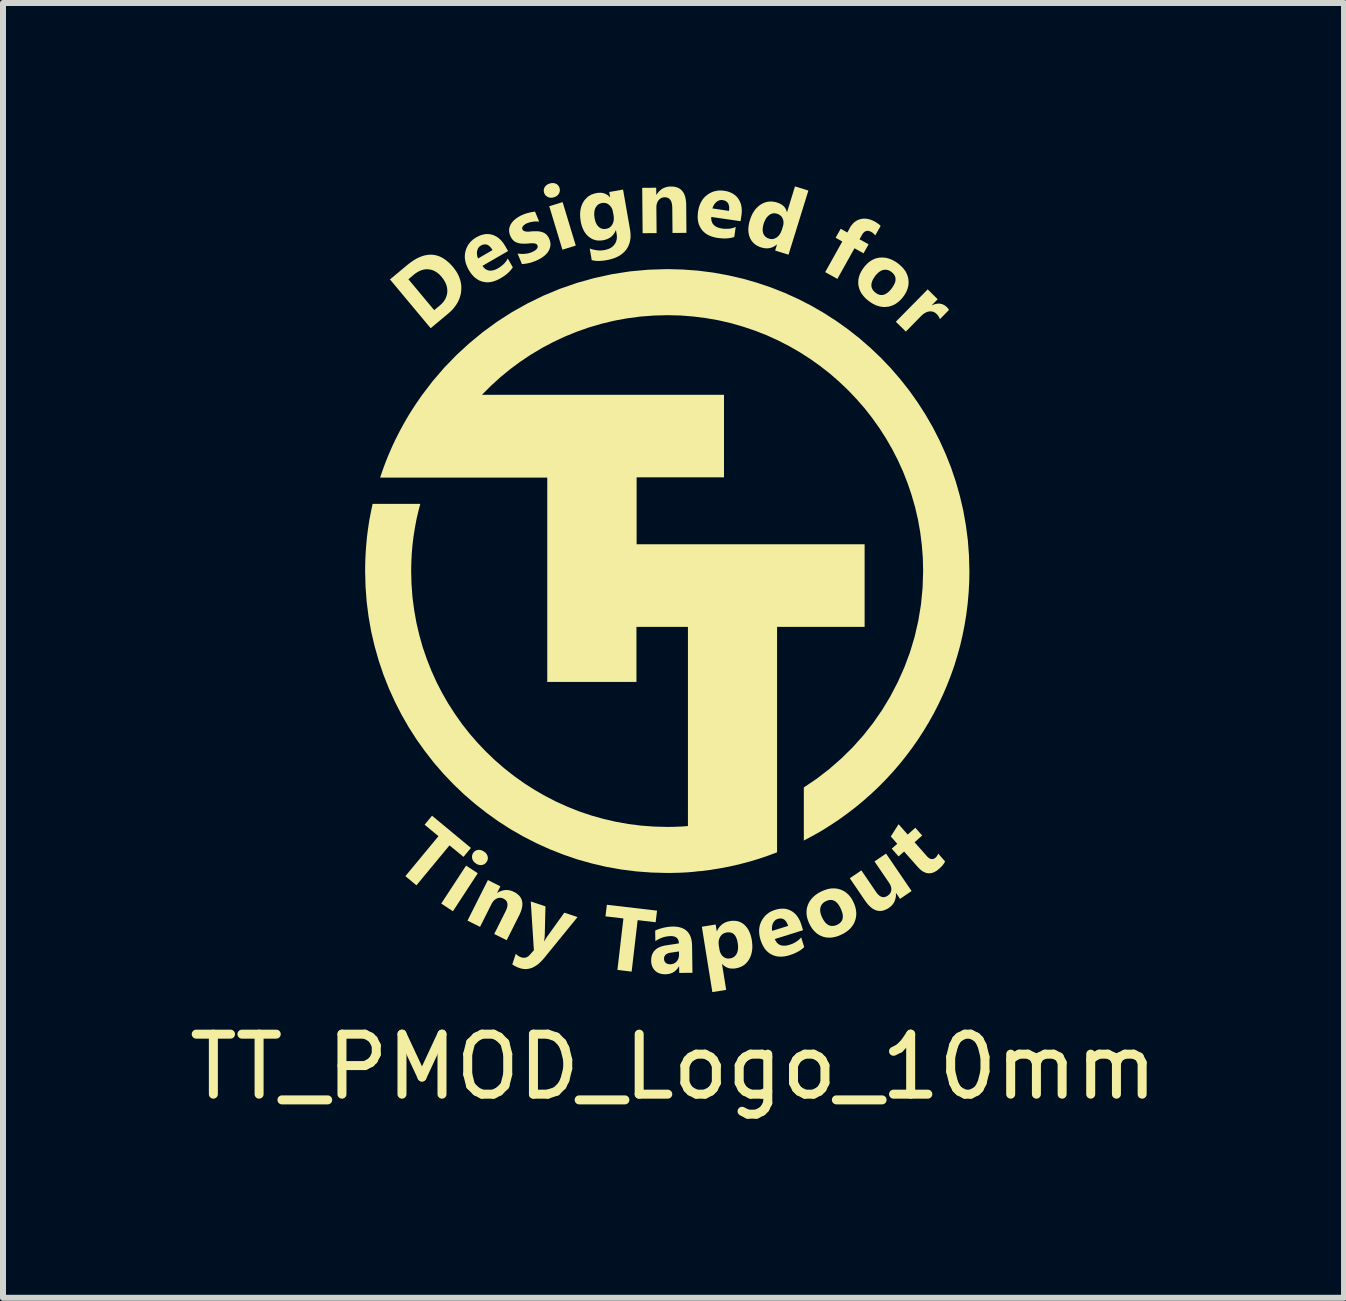
<source format=kicad_pcb>
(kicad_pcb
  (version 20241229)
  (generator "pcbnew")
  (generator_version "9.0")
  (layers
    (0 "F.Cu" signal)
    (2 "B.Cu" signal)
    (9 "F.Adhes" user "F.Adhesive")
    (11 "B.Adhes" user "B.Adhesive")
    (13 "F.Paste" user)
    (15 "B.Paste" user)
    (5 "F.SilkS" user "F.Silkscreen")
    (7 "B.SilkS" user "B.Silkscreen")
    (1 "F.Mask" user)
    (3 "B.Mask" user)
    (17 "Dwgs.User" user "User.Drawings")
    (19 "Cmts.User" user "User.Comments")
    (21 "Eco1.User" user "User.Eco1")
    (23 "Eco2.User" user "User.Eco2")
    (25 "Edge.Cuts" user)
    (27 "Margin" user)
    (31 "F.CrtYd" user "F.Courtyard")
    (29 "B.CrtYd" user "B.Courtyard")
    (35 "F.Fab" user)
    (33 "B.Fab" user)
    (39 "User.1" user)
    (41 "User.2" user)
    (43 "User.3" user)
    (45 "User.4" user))
  (footprint "TT_PMOD_Logo_10mm"
    (layer "F.Cu")
    (at 8.175 6.59)
    (property "Reference" "TT_PMOD_Logo_10mm" (at -0.003 8.137 0) (unlocked yes) (layer "F.SilkS") (effects (font (size 1 1) (thickness 0.15))))
    (attr smd exclude_from_pos_files exclude_from_bom)
    (fp_poly (pts (xy -3.264 4.911) (xy -3.678 5.544) (xy -3.873 5.416) (xy -3.459 4.784)) (stroke (width 0) (type solid)) (fill yes) (layer "F.SilkS"))
    (fp_poly (pts (xy -1.631 -5.548) (xy -1.854 -5.48) (xy -2.073 -6.204) (xy -1.85 -6.272)) (stroke (width 0) (type solid)) (fill yes) (layer "F.SilkS"))
    (fp_poly (pts (xy -3.378 4.489) (xy -3.502 4.638) (xy -3.735 4.446) (xy -4.286 5.112) (xy -4.47 4.959) (xy -3.919 4.293) (xy -4.15 4.102) (xy -4.026 3.952)) (stroke (width 0) (type solid)) (fill yes) (layer "F.SilkS"))
    (fp_poly (pts (xy -0.277 5.534) (xy -0.3 5.727) (xy -0.6 5.692) (xy -0.7 6.55) (xy -0.937 6.522) (xy -0.837 5.664) (xy -1.136 5.629) (xy -1.113 5.436)) (stroke (width 0) (type solid)) (fill yes) (layer "F.SilkS"))
    (fp_poly (pts (xy 4.399 -4.654) (xy 4.301 -4.554) (xy 4.303 -4.552) (xy 4.321 -4.56) (xy 4.339 -4.567) (xy 4.356 -4.572) (xy 4.374 -4.576) (xy 4.39 -4.579) (xy 4.407 -4.581) (xy 4.423 -4.581) (xy 4.439 -4.58) (xy 4.454 -4.577) (xy 4.469 -4.573) (xy 4.484 -4.568) (xy 4.499 -4.561) (xy 4.513 -4.553) (xy 4.526 -4.544) (xy 4.54 -4.533) (xy 4.553 -4.521) (xy 4.556 -4.518) (xy 4.559 -4.515) (xy 4.562 -4.512) (xy 4.565 -4.509) (xy 4.567 -4.506) (xy 4.57 -4.503) (xy 4.572 -4.5) (xy 4.574 -4.497) (xy 4.577 -4.494) (xy 4.578 -4.491) (xy 4.58 -4.488) (xy 4.582 -4.485) (xy 4.584 -4.483) (xy 4.585 -4.48) (xy 4.586 -4.477) (xy 4.587 -4.475) (xy 4.437 -4.322) (xy 4.435 -4.327) (xy 4.433 -4.333) (xy 4.43 -4.339) (xy 4.428 -4.344) (xy 4.425 -4.35) (xy 4.423 -4.355) (xy 4.419 -4.361) (xy 4.416 -4.366) (xy 4.413 -4.371) (xy 4.409 -4.376) (xy 4.405 -4.382) (xy 4.401 -4.387) (xy 4.397 -4.392) (xy 4.392 -4.397) (xy 4.388 -4.402) (xy 4.383 -4.407) (xy 4.376 -4.413) (xy 4.369 -4.419) (xy 4.362 -4.425) (xy 4.355 -4.43) (xy 4.347 -4.434) (xy 4.34 -4.438) (xy 4.332 -4.441) (xy 4.325 -4.444) (xy 4.317 -4.447) (xy 4.309 -4.449) (xy 4.301 -4.45) (xy 4.293 -4.451) (xy 4.284 -4.452) (xy 4.276 -4.452) (xy 4.267 -4.451) (xy 4.259 -4.45) (xy 4.25 -4.449) (xy 4.241 -4.447) (xy 4.233 -4.445) (xy 4.224 -4.442) (xy 4.216 -4.439) (xy 4.207 -4.435) (xy 4.198 -4.431) (xy 4.19 -4.426) (xy 4.181 -4.421) (xy 4.173 -4.416) (xy 4.164 -4.41) (xy 4.156 -4.403) (xy 4.147 -4.396) (xy 4.139 -4.389) (xy 4.13 -4.381) (xy 4.122 -4.373) (xy 3.869 -4.115) (xy 3.702 -4.279) (xy 4.233 -4.818)) (stroke (width 0) (type solid)) (fill yes) (layer "F.SilkS"))
    (fp_poly (pts (xy -2.136 5.463) (xy -2.148 5.944) (xy -2.149 5.955) (xy -2.149 5.967) (xy -2.15 5.979) (xy -2.152 5.992) (xy -2.154 6.005) (xy -2.156 6.018) (xy -2.158 6.032) (xy -2.161 6.046) (xy -2.158 6.047) (xy -2.153 6.037) (xy -2.147 6.027) (xy -2.141 6.017) (xy -2.134 6.006) (xy -2.127 5.995) (xy -2.12 5.984) (xy -2.112 5.972) (xy -2.103 5.96) (xy -1.822 5.568) (xy -1.602 5.641) (xy -2.153 6.318) (xy -2.178 6.347) (xy -2.203 6.374) (xy -2.228 6.399) (xy -2.253 6.421) (xy -2.278 6.44) (xy -2.304 6.457) (xy -2.316 6.465) (xy -2.329 6.471) (xy -2.342 6.478) (xy -2.355 6.484) (xy -2.367 6.489) (xy -2.38 6.493) (xy -2.393 6.497) (xy -2.406 6.5) (xy -2.419 6.503) (xy -2.432 6.505) (xy -2.445 6.506) (xy -2.458 6.507) (xy -2.471 6.507) (xy -2.484 6.507) (xy -2.497 6.506) (xy -2.51 6.504) (xy -2.523 6.502) (xy -2.536 6.499) (xy -2.55 6.496) (xy -2.563 6.492) (xy -2.582 6.485) (xy -2.601 6.478) (xy -2.618 6.47) (xy -2.635 6.462) (xy -2.65 6.455) (xy -2.657 6.45) (xy -2.664 6.446) (xy -2.671 6.442) (xy -2.677 6.438) (xy -2.683 6.433) (xy -2.689 6.429) (xy -2.63 6.253) (xy -2.625 6.258) (xy -2.621 6.262) (xy -2.616 6.267) (xy -2.611 6.272) (xy -2.606 6.276) (xy -2.601 6.28) (xy -2.596 6.284) (xy -2.59 6.287) (xy -2.585 6.291) (xy -2.579 6.294) (xy -2.573 6.298) (xy -2.568 6.301) (xy -2.562 6.303) (xy -2.555 6.306) (xy -2.549 6.308) (xy -2.543 6.311) (xy -2.532 6.314) (xy -2.522 6.316) (xy -2.512 6.318) (xy -2.502 6.319) (xy -2.492 6.319) (xy -2.482 6.318) (xy -2.473 6.317) (xy -2.463 6.315) (xy -2.454 6.312) (xy -2.446 6.308) (xy -2.437 6.304) (xy -2.429 6.298) (xy -2.42 6.293) (xy -2.412 6.286) (xy -2.404 6.278) (xy -2.397 6.27) (xy -2.329 6.194) (xy -2.381 5.381)) (stroke (width 0) (type solid)) (fill yes) (layer "F.SilkS"))
    (fp_poly (pts (xy 3.2 -5.996) (xy 3.215 -5.995) (xy 3.23 -5.992) (xy 3.245 -5.989) (xy 3.26 -5.986) (xy 3.275 -5.981) (xy 3.29 -5.976) (xy 3.306 -5.97) (xy 3.321 -5.963) (xy 3.337 -5.955) (xy 3.353 -5.947) (xy 3.368 -5.938) (xy 3.382 -5.929) (xy 3.395 -5.92) (xy 3.408 -5.912) (xy 3.419 -5.903) (xy 3.425 -5.898) (xy 3.43 -5.894) (xy 3.435 -5.89) (xy 3.44 -5.885) (xy 3.444 -5.881) (xy 3.449 -5.876) (xy 3.36 -5.718) (xy 3.356 -5.722) (xy 3.352 -5.727) (xy 3.348 -5.731) (xy 3.344 -5.735) (xy 3.34 -5.739) (xy 3.336 -5.743) (xy 3.332 -5.747) (xy 3.328 -5.751) (xy 3.324 -5.754) (xy 3.32 -5.758) (xy 3.315 -5.761) (xy 3.311 -5.764) (xy 3.307 -5.767) (xy 3.302 -5.77) (xy 3.298 -5.772) (xy 3.293 -5.775) (xy 3.287 -5.778) (xy 3.281 -5.781) (xy 3.275 -5.784) (xy 3.269 -5.786) (xy 3.264 -5.788) (xy 3.258 -5.79) (xy 3.252 -5.791) (xy 3.247 -5.792) (xy 3.241 -5.793) (xy 3.236 -5.794) (xy 3.231 -5.794) (xy 3.225 -5.793) (xy 3.22 -5.793) (xy 3.215 -5.792) (xy 3.21 -5.791) (xy 3.205 -5.789) (xy 3.2 -5.788) (xy 3.195 -5.786) (xy 3.191 -5.783) (xy 3.186 -5.781) (xy 3.181 -5.777) (xy 3.177 -5.774) (xy 3.172 -5.77) (xy 3.168 -5.766) (xy 3.164 -5.762) (xy 3.16 -5.758) (xy 3.155 -5.753) (xy 3.151 -5.747) (xy 3.147 -5.742) (xy 3.144 -5.736) (xy 3.136 -5.723) (xy 3.097 -5.653) (xy 3.248 -5.569) (xy 3.164 -5.419) (xy 3.013 -5.503) (xy 2.728 -4.993) (xy 2.525 -5.106) (xy 2.81 -5.616) (xy 2.699 -5.678) (xy 2.783 -5.828) (xy 2.894 -5.766) (xy 2.939 -5.848) (xy 2.947 -5.862) (xy 2.956 -5.875) (xy 2.965 -5.888) (xy 2.974 -5.899) (xy 2.984 -5.911) (xy 2.993 -5.921) (xy 3.004 -5.931) (xy 3.015 -5.94) (xy 3.026 -5.948) (xy 3.037 -5.956) (xy 3.049 -5.963) (xy 3.061 -5.97) (xy 3.074 -5.976) (xy 3.087 -5.981) (xy 3.101 -5.985) (xy 3.114 -5.989) (xy 3.128 -5.992) (xy 3.143 -5.995) (xy 3.157 -5.996) (xy 3.171 -5.997) (xy 3.186 -5.997)) (stroke (width 0) (type solid)) (fill yes) (layer "F.SilkS"))
    (fp_poly (pts (xy 3.9 4.266) (xy 4.027 4.153) (xy 4.141 4.282) (xy 4.014 4.394) (xy 4.217 4.623) (xy 4.226 4.634) (xy 4.236 4.643) (xy 4.241 4.647) (xy 4.246 4.651) (xy 4.25 4.655) (xy 4.255 4.658) (xy 4.26 4.661) (xy 4.265 4.664) (xy 4.269 4.666) (xy 4.274 4.668) (xy 4.279 4.67) (xy 4.283 4.672) (xy 4.288 4.673) (xy 4.293 4.674) (xy 4.297 4.675) (xy 4.302 4.675) (xy 4.307 4.675) (xy 4.311 4.675) (xy 4.316 4.675) (xy 4.32 4.674) (xy 4.325 4.673) (xy 4.329 4.671) (xy 4.334 4.67) (xy 4.338 4.668) (xy 4.343 4.665) (xy 4.347 4.663) (xy 4.352 4.66) (xy 4.356 4.657) (xy 4.361 4.653) (xy 4.365 4.65) (xy 4.368 4.647) (xy 4.372 4.643) (xy 4.375 4.64) (xy 4.378 4.636) (xy 4.381 4.633) (xy 4.384 4.629) (xy 4.387 4.625) (xy 4.39 4.621) (xy 4.392 4.617) (xy 4.395 4.612) (xy 4.397 4.608) (xy 4.399 4.603) (xy 4.402 4.598) (xy 4.404 4.593) (xy 4.406 4.588) (xy 4.408 4.583) (xy 4.522 4.713) (xy 4.519 4.72) (xy 4.516 4.727) (xy 4.512 4.734) (xy 4.508 4.741) (xy 4.504 4.748) (xy 4.499 4.756) (xy 4.493 4.763) (xy 4.487 4.771) (xy 4.481 4.779) (xy 4.474 4.787) (xy 4.467 4.795) (xy 4.459 4.803) (xy 4.451 4.811) (xy 4.442 4.819) (xy 4.433 4.828) (xy 4.424 4.836) (xy 4.412 4.846) (xy 4.401 4.855) (xy 4.389 4.864) (xy 4.378 4.872) (xy 4.366 4.879) (xy 4.355 4.885) (xy 4.344 4.891) (xy 4.332 4.896) (xy 4.321 4.9) (xy 4.31 4.904) (xy 4.298 4.907) (xy 4.287 4.909) (xy 4.276 4.91) (xy 4.265 4.911) (xy 4.254 4.911) (xy 4.243 4.911) (xy 4.232 4.91) (xy 4.221 4.908) (xy 4.21 4.905) (xy 4.199 4.902) (xy 4.188 4.898) (xy 4.177 4.893) (xy 4.166 4.888) (xy 4.155 4.882) (xy 4.144 4.875) (xy 4.133 4.867) (xy 4.123 4.859) (xy 4.112 4.85) (xy 4.101 4.841) (xy 4.091 4.83) (xy 4.08 4.819) (xy 4.069 4.808) (xy 3.84 4.549) (xy 3.748 4.63) (xy 3.634 4.501) (xy 3.726 4.42) (xy 3.618 4.298) (xy 3.748 4.094)) (stroke (width 0) (type solid)) (fill yes) (layer "F.SilkS"))
    (fp_poly (pts (xy -2.887 5.129) (xy -2.941 5.236) (xy -2.938 5.237) (xy -2.921 5.227) (xy -2.904 5.218) (xy -2.887 5.21) (xy -2.869 5.204) (xy -2.852 5.199) (xy -2.835 5.195) (xy -2.817 5.192) (xy -2.8 5.191) (xy -2.783 5.19) (xy -2.765 5.191) (xy -2.747 5.193) (xy -2.73 5.197) (xy -2.712 5.201) (xy -2.695 5.207) (xy -2.677 5.214) (xy -2.659 5.223) (xy -2.645 5.23) (xy -2.632 5.237) (xy -2.62 5.245) (xy -2.609 5.254) (xy -2.598 5.262) (xy -2.588 5.271) (xy -2.578 5.28) (xy -2.57 5.289) (xy -2.562 5.299) (xy -2.554 5.309) (xy -2.548 5.32) (xy -2.542 5.331) (xy -2.537 5.342) (xy -2.532 5.353) (xy -2.529 5.365) (xy -2.526 5.377) (xy -2.523 5.389) (xy -2.522 5.402) (xy -2.521 5.415) (xy -2.521 5.428) (xy -2.521 5.442) (xy -2.523 5.456) (xy -2.525 5.47) (xy -2.527 5.485) (xy -2.531 5.5) (xy -2.535 5.515) (xy -2.54 5.531) (xy -2.545 5.547) (xy -2.552 5.563) (xy -2.559 5.58) (xy -2.566 5.597) (xy -2.575 5.614) (xy -2.782 6.027) (xy -2.99 5.923) (xy -2.802 5.548) (xy -2.792 5.528) (xy -2.785 5.51) (xy -2.779 5.492) (xy -2.774 5.475) (xy -2.771 5.459) (xy -2.769 5.444) (xy -2.769 5.437) (xy -2.769 5.43) (xy -2.77 5.423) (xy -2.77 5.416) (xy -2.772 5.409) (xy -2.773 5.403) (xy -2.775 5.397) (xy -2.778 5.391) (xy -2.78 5.385) (xy -2.783 5.379) (xy -2.787 5.374) (xy -2.791 5.369) (xy -2.795 5.364) (xy -2.8 5.359) (xy -2.804 5.354) (xy -2.81 5.35) (xy -2.816 5.346) (xy -2.822 5.342) (xy -2.828 5.338) (xy -2.835 5.334) (xy -2.842 5.331) (xy -2.848 5.328) (xy -2.855 5.326) (xy -2.862 5.324) (xy -2.869 5.322) (xy -2.876 5.321) (xy -2.883 5.32) (xy -2.889 5.32) (xy -2.896 5.32) (xy -2.903 5.32) (xy -2.91 5.321) (xy -2.917 5.322) (xy -2.924 5.324) (xy -2.931 5.326) (xy -2.938 5.328) (xy -2.945 5.331) (xy -2.952 5.334) (xy -2.958 5.338) (xy -2.965 5.342) (xy -2.971 5.346) (xy -2.977 5.35) (xy -2.983 5.355) (xy -2.989 5.36) (xy -2.995 5.365) (xy -3 5.371) (xy -3.005 5.377) (xy -3.01 5.383) (xy -3.015 5.39) (xy -3.02 5.397) (xy -3.024 5.404) (xy -3.029 5.411) (xy -3.033 5.419) (xy -3.226 5.804) (xy -3.435 5.7) (xy -3.095 5.024)) (stroke (width 0) (type solid)) (fill yes) (layer "F.SilkS"))
    (fp_poly (pts (xy 3.965 5.207) (xy 3.772 5.338) (xy 3.708 5.243) (xy 3.704 5.245) (xy 3.704 5.265) (xy 3.704 5.284) (xy 3.702 5.302) (xy 3.699 5.32) (xy 3.695 5.337) (xy 3.69 5.354) (xy 3.684 5.37) (xy 3.678 5.385) (xy 3.67 5.4) (xy 3.661 5.414) (xy 3.652 5.427) (xy 3.641 5.44) (xy 3.629 5.453) (xy 3.617 5.464) (xy 3.603 5.475) (xy 3.589 5.486) (xy 3.575 5.495) (xy 3.562 5.503) (xy 3.548 5.51) (xy 3.535 5.516) (xy 3.522 5.522) (xy 3.509 5.527) (xy 3.496 5.531) (xy 3.483 5.534) (xy 3.47 5.537) (xy 3.457 5.538) (xy 3.444 5.539) (xy 3.431 5.539) (xy 3.419 5.538) (xy 3.406 5.537) (xy 3.394 5.534) (xy 3.381 5.531) (xy 3.369 5.527) (xy 3.357 5.522) (xy 3.344 5.517) (xy 3.332 5.51) (xy 3.32 5.503) (xy 3.308 5.495) (xy 3.296 5.486) (xy 3.284 5.477) (xy 3.273 5.466) (xy 3.261 5.455) (xy 3.249 5.443) (xy 3.238 5.43) (xy 3.226 5.417) (xy 3.215 5.402) (xy 3.192 5.371) (xy 2.935 4.994) (xy 3.128 4.863) (xy 3.373 5.223) (xy 3.379 5.231) (xy 3.384 5.239) (xy 3.39 5.246) (xy 3.396 5.253) (xy 3.402 5.259) (xy 3.407 5.265) (xy 3.413 5.271) (xy 3.419 5.276) (xy 3.425 5.281) (xy 3.431 5.286) (xy 3.437 5.29) (xy 3.443 5.294) (xy 3.449 5.297) (xy 3.455 5.3) (xy 3.461 5.302) (xy 3.467 5.304) (xy 3.473 5.306) (xy 3.479 5.307) (xy 3.485 5.308) (xy 3.491 5.309) (xy 3.498 5.309) (xy 3.504 5.309) (xy 3.51 5.308) (xy 3.517 5.307) (xy 3.523 5.305) (xy 3.529 5.303) (xy 3.536 5.301) (xy 3.542 5.298) (xy 3.549 5.295) (xy 3.555 5.292) (xy 3.562 5.288) (xy 3.568 5.284) (xy 3.574 5.279) (xy 3.58 5.275) (xy 3.586 5.27) (xy 3.591 5.265) (xy 3.596 5.26) (xy 3.601 5.254) (xy 3.605 5.249) (xy 3.609 5.243) (xy 3.612 5.237) (xy 3.615 5.231) (xy 3.618 5.225) (xy 3.62 5.218) (xy 3.622 5.212) (xy 3.624 5.205) (xy 3.626 5.198) (xy 3.627 5.191) (xy 3.627 5.184) (xy 3.627 5.177) (xy 3.627 5.169) (xy 3.627 5.162) (xy 3.626 5.155) (xy 3.624 5.147) (xy 3.623 5.14) (xy 3.621 5.132) (xy 3.618 5.125) (xy 3.615 5.117) (xy 3.612 5.11) (xy 3.608 5.102) (xy 3.604 5.094) (xy 3.6 5.087) (xy 3.595 5.079) (xy 3.59 5.071) (xy 3.347 4.714) (xy 3.539 4.583)) (stroke (width 0) (type solid)) (fill yes) (layer "F.SilkS"))
    (fp_poly (pts (xy -3.237 4.521) (xy -3.231 4.522) (xy -3.225 4.522) (xy -3.219 4.524) (xy -3.213 4.525) (xy -3.206 4.527) (xy -3.2 4.529) (xy -3.194 4.531) (xy -3.188 4.534) (xy -3.182 4.537) (xy -3.175 4.54) (xy -3.169 4.544) (xy -3.163 4.547) (xy -3.157 4.552) (xy -3.151 4.556) (xy -3.146 4.56) (xy -3.14 4.565) (xy -3.135 4.569) (xy -3.131 4.574) (xy -3.126 4.579) (xy -3.122 4.584) (xy -3.119 4.589) (xy -3.115 4.594) (xy -3.112 4.6) (xy -3.109 4.605) (xy -3.106 4.611) (xy -3.104 4.616) (xy -3.102 4.622) (xy -3.1 4.628) (xy -3.099 4.634) (xy -3.098 4.64) (xy -3.097 4.646) (xy -3.096 4.652) (xy -3.096 4.658) (xy -3.096 4.664) (xy -3.097 4.67) (xy -3.098 4.675) (xy -3.099 4.681) (xy -3.1 4.687) (xy -3.102 4.693) (xy -3.104 4.698) (xy -3.106 4.704) (xy -3.109 4.709) (xy -3.112 4.715) (xy -3.116 4.72) (xy -3.119 4.726) (xy -3.123 4.731) (xy -3.127 4.736) (xy -3.132 4.74) (xy -3.136 4.745) (xy -3.141 4.749) (xy -3.145 4.752) (xy -3.15 4.756) (xy -3.155 4.759) (xy -3.16 4.762) (xy -3.166 4.764) (xy -3.171 4.767) (xy -3.177 4.769) (xy -3.183 4.77) (xy -3.189 4.772) (xy -3.195 4.773) (xy -3.201 4.774) (xy -3.207 4.774) (xy -3.214 4.774) (xy -3.22 4.774) (xy -3.226 4.774) (xy -3.232 4.773) (xy -3.238 4.772) (xy -3.245 4.771) (xy -3.251 4.769) (xy -3.257 4.767) (xy -3.263 4.765) (xy -3.27 4.762) (xy -3.276 4.759) (xy -3.282 4.756) (xy -3.288 4.752) (xy -3.294 4.748) (xy -3.301 4.744) (xy -3.306 4.74) (xy -3.312 4.735) (xy -3.317 4.731) (xy -3.322 4.726) (xy -3.326 4.721) (xy -3.331 4.717) (xy -3.335 4.711) (xy -3.338 4.706) (xy -3.342 4.701) (xy -3.345 4.696) (xy -3.348 4.69) (xy -3.35 4.684) (xy -3.353 4.678) (xy -3.355 4.672) (xy -3.356 4.666) (xy -3.358 4.66) (xy -3.359 4.654) (xy -3.36 4.648) (xy -3.36 4.642) (xy -3.36 4.635) (xy -3.36 4.63) (xy -3.359 4.624) (xy -3.358 4.618) (xy -3.357 4.612) (xy -3.356 4.606) (xy -3.354 4.601) (xy -3.352 4.595) (xy -3.35 4.59) (xy -3.347 4.584) (xy -3.344 4.579) (xy -3.341 4.573) (xy -3.337 4.568) (xy -3.333 4.563) (xy -3.329 4.558) (xy -3.325 4.554) (xy -3.321 4.549) (xy -3.316 4.546) (xy -3.311 4.542) (xy -3.307 4.539) (xy -3.302 4.536) (xy -3.297 4.533) (xy -3.291 4.53) (xy -3.286 4.528) (xy -3.28 4.526) (xy -3.274 4.525) (xy -3.268 4.523) (xy -3.262 4.522) (xy -3.256 4.522) (xy -3.25 4.521) (xy -3.244 4.521)) (stroke (width 0) (type solid)) (fill yes) (layer "F.SilkS"))
    (fp_poly (pts (xy -0.029 -6.532) (xy -0.014 -6.531) (xy -0.000023 -6.53) (xy 0.014 -6.528) (xy 0.027 -6.525) (xy 0.04 -6.522) (xy 0.053 -6.518) (xy 0.065 -6.514) (xy 0.077 -6.509) (xy 0.088 -6.503) (xy 0.098 -6.497) (xy 0.108 -6.49) (xy 0.118 -6.483) (xy 0.127 -6.474) (xy 0.136 -6.466) (xy 0.144 -6.456) (xy 0.152 -6.446) (xy 0.159 -6.436) (xy 0.166 -6.425) (xy 0.172 -6.413) (xy 0.178 -6.4) (xy 0.183 -6.387) (xy 0.188 -6.374) (xy 0.192 -6.359) (xy 0.196 -6.344) (xy 0.199 -6.329) (xy 0.202 -6.313) (xy 0.204 -6.296) (xy 0.206 -6.279) (xy 0.208 -6.261) (xy 0.209 -6.242) (xy 0.209 -6.223) (xy 0.213 -5.76) (xy -0.019 -5.758) (xy -0.023 -6.178) (xy -0.024 -6.2) (xy -0.026 -6.219) (xy -0.028 -6.238) (xy -0.032 -6.255) (xy -0.036 -6.271) (xy -0.042 -6.285) (xy -0.045 -6.292) (xy -0.048 -6.298) (xy -0.052 -6.304) (xy -0.056 -6.31) (xy -0.06 -6.315) (xy -0.064 -6.32) (xy -0.069 -6.325) (xy -0.074 -6.329) (xy -0.079 -6.333) (xy -0.084 -6.336) (xy -0.09 -6.339) (xy -0.095 -6.342) (xy -0.101 -6.345) (xy -0.108 -6.347) (xy -0.114 -6.349) (xy -0.121 -6.35) (xy -0.128 -6.351) (xy -0.135 -6.352) (xy -0.143 -6.353) (xy -0.15 -6.353) (xy -0.158 -6.353) (xy -0.165 -6.352) (xy -0.172 -6.351) (xy -0.179 -6.35) (xy -0.186 -6.348) (xy -0.193 -6.346) (xy -0.199 -6.343) (xy -0.205 -6.341) (xy -0.212 -6.338) (xy -0.217 -6.334) (xy -0.223 -6.33) (xy -0.229 -6.326) (xy -0.234 -6.321) (xy -0.24 -6.316) (xy -0.245 -6.311) (xy -0.25 -6.305) (xy -0.254 -6.299) (xy -0.259 -6.293) (xy -0.263 -6.287) (xy -0.266 -6.28) (xy -0.27 -6.274) (xy -0.273 -6.267) (xy -0.276 -6.26) (xy -0.278 -6.252) (xy -0.281 -6.245) (xy -0.283 -6.237) (xy -0.284 -6.229) (xy -0.286 -6.221) (xy -0.286 -6.213) (xy -0.287 -6.204) (xy -0.288 -6.196) (xy -0.288 -6.187) (xy -0.284 -5.756) (xy -0.517 -5.754) (xy -0.524 -6.51) (xy -0.291 -6.512) (xy -0.289 -6.392) (xy -0.287 -6.392) (xy -0.276 -6.409) (xy -0.265 -6.425) (xy -0.259 -6.432) (xy -0.253 -6.439) (xy -0.247 -6.446) (xy -0.241 -6.453) (xy -0.234 -6.459) (xy -0.228 -6.466) (xy -0.221 -6.471) (xy -0.214 -6.477) (xy -0.207 -6.482) (xy -0.2 -6.487) (xy -0.193 -6.492) (xy -0.185 -6.497) (xy -0.177 -6.501) (xy -0.17 -6.505) (xy -0.162 -6.509) (xy -0.154 -6.512) (xy -0.145 -6.515) (xy -0.137 -6.518) (xy -0.128 -6.521) (xy -0.12 -6.523) (xy -0.111 -6.525) (xy -0.102 -6.527) (xy -0.093 -6.529) (xy -0.084 -6.53) (xy -0.074 -6.531) (xy -0.065 -6.532) (xy -0.045 -6.532)) (stroke (width 0) (type solid)) (fill yes) (layer "F.SilkS"))
    (fp_poly (pts (xy -2.011 -6.59) (xy -2.004 -6.59) (xy -1.998 -6.589) (xy -1.992 -6.588) (xy -1.986 -6.587) (xy -1.98 -6.585) (xy -1.974 -6.583) (xy -1.968 -6.581) (xy -1.963 -6.578) (xy -1.957 -6.576) (xy -1.952 -6.573) (xy -1.947 -6.57) (xy -1.942 -6.566) (xy -1.937 -6.563) (xy -1.933 -6.559) (xy -1.929 -6.555) (xy -1.925 -6.55) (xy -1.921 -6.546) (xy -1.917 -6.541) (xy -1.914 -6.536) (xy -1.911 -6.531) (xy -1.909 -6.525) (xy -1.906 -6.52) (xy -1.904 -6.514) (xy -1.902 -6.507) (xy -1.9 -6.501) (xy -1.899 -6.495) (xy -1.897 -6.489) (xy -1.897 -6.483) (xy -1.896 -6.476) (xy -1.896 -6.47) (xy -1.896 -6.464) (xy -1.897 -6.458) (xy -1.898 -6.453) (xy -1.899 -6.447) (xy -1.9 -6.441) (xy -1.902 -6.435) (xy -1.904 -6.43) (xy -1.907 -6.424) (xy -1.909 -6.419) (xy -1.913 -6.413) (xy -1.916 -6.408) (xy -1.919 -6.403) (xy -1.923 -6.398) (xy -1.927 -6.393) (xy -1.932 -6.389) (xy -1.936 -6.384) (xy -1.941 -6.38) (xy -1.946 -6.376) (xy -1.951 -6.373) (xy -1.957 -6.369) (xy -1.963 -6.366) (xy -1.969 -6.363) (xy -1.975 -6.36) (xy -1.981 -6.357) (xy -1.988 -6.355) (xy -1.995 -6.353) (xy -1.995 -6.353) (xy -2.002 -6.351) (xy -2.009 -6.349) (xy -2.016 -6.348) (xy -2.023 -6.346) (xy -2.029 -6.346) (xy -2.036 -6.345) (xy -2.043 -6.345) (xy -2.049 -6.345) (xy -2.055 -6.346) (xy -2.062 -6.347) (xy -2.068 -6.348) (xy -2.074 -6.349) (xy -2.08 -6.351) (xy -2.086 -6.353) (xy -2.092 -6.355) (xy -2.098 -6.358) (xy -2.103 -6.361) (xy -2.109 -6.364) (xy -2.114 -6.367) (xy -2.119 -6.371) (xy -2.124 -6.375) (xy -2.128 -6.379) (xy -2.132 -6.383) (xy -2.136 -6.387) (xy -2.14 -6.392) (xy -2.143 -6.396) (xy -2.147 -6.401) (xy -2.15 -6.407) (xy -2.152 -6.412) (xy -2.155 -6.418) (xy -2.157 -6.423) (xy -2.159 -6.429) (xy -2.161 -6.436) (xy -2.162 -6.442) (xy -2.163 -6.448) (xy -2.164 -6.454) (xy -2.164 -6.46) (xy -2.164 -6.466) (xy -2.164 -6.472) (xy -2.164 -6.478) (xy -2.163 -6.483) (xy -2.162 -6.489) (xy -2.16 -6.495) (xy -2.158 -6.5) (xy -2.156 -6.506) (xy -2.154 -6.511) (xy -2.151 -6.517) (xy -2.148 -6.522) (xy -2.144 -6.528) (xy -2.141 -6.533) (xy -2.137 -6.537) (xy -2.133 -6.542) (xy -2.128 -6.547) (xy -2.124 -6.551) (xy -2.119 -6.555) (xy -2.114 -6.559) (xy -2.109 -6.562) (xy -2.103 -6.566) (xy -2.097 -6.569) (xy -2.091 -6.572) (xy -2.085 -6.575) (xy -2.079 -6.577) (xy -2.072 -6.58) (xy -2.065 -6.582) (xy -2.058 -6.584) (xy -2.051 -6.586) (xy -2.044 -6.587) (xy -2.037 -6.588) (xy -2.03 -6.589) (xy -2.024 -6.59) (xy -2.017 -6.59)) (stroke (width 0) (type solid)) (fill yes) (layer "F.SilkS"))
    (fp_poly (pts (xy -4.032 -5.396) (xy -4.008 -5.394) (xy -3.984 -5.391) (xy -3.961 -5.386) (xy -3.938 -5.38) (xy -3.915 -5.372) (xy -3.892 -5.363) (xy -3.869 -5.352) (xy -3.847 -5.34) (xy -3.825 -5.326) (xy -3.803 -5.311) (xy -3.781 -5.294) (xy -3.76 -5.276) (xy -3.738 -5.257) (xy -3.717 -5.235) (xy -3.696 -5.213) (xy -3.675 -5.189) (xy -3.656 -5.165) (xy -3.639 -5.141) (xy -3.622 -5.117) (xy -3.608 -5.093) (xy -3.594 -5.068) (xy -3.582 -5.043) (xy -3.572 -5.018) (xy -3.563 -4.993) (xy -3.555 -4.968) (xy -3.549 -4.943) (xy -3.544 -4.917) (xy -3.54 -4.891) (xy -3.538 -4.866) (xy -3.538 -4.839) (xy -3.539 -4.813) (xy -3.541 -4.787) (xy -3.544 -4.76) (xy -3.549 -4.735) (xy -3.556 -4.709) (xy -3.563 -4.684) (xy -3.572 -4.659) (xy -3.583 -4.635) (xy -3.594 -4.611) (xy -3.608 -4.587) (xy -3.622 -4.564) (xy -3.638 -4.541) (xy -3.655 -4.518) (xy -3.673 -4.496) (xy -3.693 -4.474) (xy -3.714 -4.453) (xy -3.737 -4.432) (xy -3.761 -4.411) (xy -4.049 -4.171) (xy -4.727 -4.984) (xy -4.723 -4.987) (xy -4.42 -4.987) (xy -3.99 -4.472) (xy -3.899 -4.548) (xy -3.885 -4.56) (xy -3.871 -4.573) (xy -3.858 -4.586) (xy -3.846 -4.599) (xy -3.835 -4.613) (xy -3.825 -4.626) (xy -3.816 -4.64) (xy -3.808 -4.654) (xy -3.8 -4.668) (xy -3.794 -4.683) (xy -3.788 -4.698) (xy -3.783 -4.713) (xy -3.779 -4.728) (xy -3.776 -4.743) (xy -3.773 -4.759) (xy -3.772 -4.775) (xy -3.771 -4.791) (xy -3.772 -4.807) (xy -3.773 -4.823) (xy -3.775 -4.838) (xy -3.778 -4.854) (xy -3.781 -4.87) (xy -3.786 -4.886) (xy -3.791 -4.902) (xy -3.798 -4.917) (xy -3.805 -4.933) (xy -3.813 -4.948) (xy -3.822 -4.964) (xy -3.832 -4.98) (xy -3.842 -4.995) (xy -3.854 -5.01) (xy -3.866 -5.026) (xy -3.878 -5.04) (xy -3.891 -5.053) (xy -3.903 -5.066) (xy -3.916 -5.077) (xy -3.929 -5.088) (xy -3.943 -5.098) (xy -3.956 -5.107) (xy -3.97 -5.116) (xy -3.983 -5.123) (xy -3.997 -5.13) (xy -4.012 -5.136) (xy -4.026 -5.14) (xy -4.041 -5.145) (xy -4.056 -5.148) (xy -4.071 -5.15) (xy -4.086 -5.152) (xy -4.101 -5.153) (xy -4.117 -5.153) (xy -4.132 -5.152) (xy -4.147 -5.151) (xy -4.162 -5.148) (xy -4.178 -5.145) (xy -4.193 -5.14) (xy -4.208 -5.135) (xy -4.224 -5.129) (xy -4.239 -5.122) (xy -4.254 -5.114) (xy -4.269 -5.106) (xy -4.284 -5.096) (xy -4.3 -5.086) (xy -4.315 -5.074) (xy -4.33 -5.062) (xy -4.42 -4.987) (xy -4.723 -4.987) (xy -4.439 -5.224) (xy -4.385 -5.266) (xy -4.359 -5.285) (xy -4.332 -5.302) (xy -4.306 -5.318) (xy -4.28 -5.333) (xy -4.254 -5.346) (xy -4.229 -5.357) (xy -4.203 -5.367) (xy -4.178 -5.376) (xy -4.153 -5.383) (xy -4.129 -5.388) (xy -4.104 -5.392) (xy -4.08 -5.395) (xy -4.055 -5.396)) (stroke (width 0) (type solid)) (fill yes) (layer "F.SilkS"))
    (fp_poly (pts (xy 0.8 -6.465) (xy 0.82 -6.464) (xy 0.839 -6.461) (xy 0.859 -6.458) (xy 0.879 -6.454) (xy 0.898 -6.45) (xy 0.916 -6.444) (xy 0.933 -6.438) (xy 0.95 -6.431) (xy 0.965 -6.424) (xy 0.981 -6.416) (xy 0.995 -6.407) (xy 1.009 -6.398) (xy 1.022 -6.388) (xy 1.035 -6.377) (xy 1.047 -6.366) (xy 1.058 -6.354) (xy 1.068 -6.341) (xy 1.078 -6.327) (xy 1.087 -6.313) (xy 1.095 -6.299) (xy 1.103 -6.284) (xy 1.109 -6.269) (xy 1.115 -6.253) (xy 1.121 -6.237) (xy 1.125 -6.22) (xy 1.129 -6.203) (xy 1.131 -6.186) (xy 1.133 -6.168) (xy 1.135 -6.149) (xy 1.135 -6.13) (xy 1.135 -6.111) (xy 1.134 -6.091) (xy 1.132 -6.071) (xy 1.129 -6.051) (xy 1.115 -5.954) (xy 0.627 -6.025) (xy 0.627 -6.014) (xy 0.626 -6.005) (xy 0.627 -5.995) (xy 0.627 -5.986) (xy 0.628 -5.977) (xy 0.63 -5.968) (xy 0.632 -5.959) (xy 0.634 -5.951) (xy 0.637 -5.943) (xy 0.64 -5.935) (xy 0.643 -5.928) (xy 0.647 -5.92) (xy 0.651 -5.913) (xy 0.656 -5.907) (xy 0.661 -5.9) (xy 0.667 -5.894) (xy 0.672 -5.888) (xy 0.679 -5.883) (xy 0.685 -5.877) (xy 0.692 -5.872) (xy 0.7 -5.867) (xy 0.708 -5.863) (xy 0.716 -5.858) (xy 0.725 -5.854) (xy 0.734 -5.851) (xy 0.743 -5.847) (xy 0.753 -5.844) (xy 0.764 -5.841) (xy 0.774 -5.838) (xy 0.785 -5.836) (xy 0.809 -5.832) (xy 0.824 -5.83) (xy 0.839 -5.828) (xy 0.854 -5.827) (xy 0.869 -5.827) (xy 0.884 -5.827) (xy 0.898 -5.827) (xy 0.913 -5.828) (xy 0.927 -5.83) (xy 0.941 -5.831) (xy 0.955 -5.834) (xy 0.968 -5.837) (xy 0.982 -5.84) (xy 0.995 -5.844) (xy 1.008 -5.848) (xy 1.021 -5.853) (xy 1.034 -5.859) (xy 1.01 -5.692) (xy 0.996 -5.687) (xy 0.981 -5.683) (xy 0.966 -5.679) (xy 0.951 -5.676) (xy 0.935 -5.673) (xy 0.918 -5.671) (xy 0.902 -5.669) (xy 0.885 -5.668) (xy 0.867 -5.667) (xy 0.849 -5.667) (xy 0.831 -5.667) (xy 0.812 -5.668) (xy 0.793 -5.669) (xy 0.773 -5.671) (xy 0.753 -5.673) (xy 0.732 -5.676) (xy 0.71 -5.679) (xy 0.688 -5.684) (xy 0.668 -5.689) (xy 0.648 -5.695) (xy 0.628 -5.701) (xy 0.61 -5.708) (xy 0.592 -5.716) (xy 0.575 -5.724) (xy 0.559 -5.733) (xy 0.543 -5.743) (xy 0.528 -5.754) (xy 0.514 -5.765) (xy 0.501 -5.777) (xy 0.488 -5.79) (xy 0.477 -5.803) (xy 0.466 -5.817) (xy 0.455 -5.832) (xy 0.446 -5.847) (xy 0.438 -5.862) (xy 0.43 -5.879) (xy 0.423 -5.895) (xy 0.417 -5.912) (xy 0.412 -5.93) (xy 0.408 -5.948) (xy 0.405 -5.967) (xy 0.402 -5.986) (xy 0.401 -6.006) (xy 0.4 -6.026) (xy 0.401 -6.047) (xy 0.402 -6.068) (xy 0.404 -6.09) (xy 0.406 -6.112) (xy 0.41 -6.135) (xy 0.415 -6.157) (xy 0.417 -6.167) (xy 0.646 -6.167) (xy 0.922 -6.126) (xy 0.924 -6.146) (xy 0.925 -6.164) (xy 0.925 -6.182) (xy 0.924 -6.198) (xy 0.923 -6.206) (xy 0.921 -6.213) (xy 0.92 -6.22) (xy 0.918 -6.227) (xy 0.915 -6.234) (xy 0.913 -6.24) (xy 0.91 -6.246) (xy 0.907 -6.252) (xy 0.903 -6.257) (xy 0.9 -6.262) (xy 0.895 -6.267) (xy 0.891 -6.272) (xy 0.886 -6.276) (xy 0.881 -6.28) (xy 0.876 -6.284) (xy 0.871 -6.288) (xy 0.865 -6.291) (xy 0.859 -6.294) (xy 0.852 -6.297) (xy 0.845 -6.299) (xy 0.838 -6.301) (xy 0.831 -6.303) (xy 0.815 -6.306) (xy 0.808 -6.307) (xy 0.801 -6.307) (xy 0.795 -6.307) (xy 0.788 -6.307) (xy 0.781 -6.306) (xy 0.775 -6.305) (xy 0.768 -6.304) (xy 0.762 -6.302) (xy 0.755 -6.3) (xy 0.749 -6.297) (xy 0.743 -6.294) (xy 0.736 -6.291) (xy 0.73 -6.287) (xy 0.724 -6.283) (xy 0.718 -6.279) (xy 0.712 -6.274) (xy 0.706 -6.269) (xy 0.701 -6.264) (xy 0.695 -6.258) (xy 0.69 -6.252) (xy 0.685 -6.246) (xy 0.681 -6.24) (xy 0.676 -6.234) (xy 0.672 -6.227) (xy 0.668 -6.22) (xy 0.664 -6.213) (xy 0.661 -6.206) (xy 0.658 -6.199) (xy 0.654 -6.191) (xy 0.651 -6.183) (xy 0.649 -6.175) (xy 0.646 -6.167) (xy 0.417 -6.167) (xy 0.42 -6.179) (xy 0.426 -6.199) (xy 0.433 -6.219) (xy 0.44 -6.239) (xy 0.449 -6.257) (xy 0.458 -6.275) (xy 0.468 -6.292) (xy 0.478 -6.308) (xy 0.489 -6.324) (xy 0.502 -6.339) (xy 0.514 -6.353) (xy 0.528 -6.367) (xy 0.542 -6.379) (xy 0.558 -6.391) (xy 0.573 -6.403) (xy 0.589 -6.413) (xy 0.605 -6.422) (xy 0.622 -6.431) (xy 0.638 -6.438) (xy 0.655 -6.445) (xy 0.672 -6.451) (xy 0.69 -6.455) (xy 0.708 -6.459) (xy 0.726 -6.462) (xy 0.744 -6.465) (xy 0.762 -6.466) (xy 0.781 -6.466)) (stroke (width 0) (type solid)) (fill yes) (layer "F.SilkS"))
    (fp_poly (pts (xy 1.835 5.501) (xy 1.852 5.503) (xy 1.868 5.505) (xy 1.884 5.508) (xy 1.9 5.513) (xy 1.916 5.518) (xy 1.931 5.524) (xy 1.946 5.531) (xy 1.961 5.539) (xy 1.975 5.548) (xy 1.989 5.557) (xy 2.002 5.567) (xy 2.015 5.578) (xy 2.027 5.59) (xy 2.038 5.602) (xy 2.05 5.615) (xy 2.06 5.629) (xy 2.07 5.643) (xy 2.08 5.659) (xy 2.089 5.675) (xy 2.098 5.692) (xy 2.106 5.709) (xy 2.113 5.727) (xy 2.12 5.746) (xy 2.127 5.766) (xy 2.156 5.86) (xy 1.686 6.007) (xy 1.69 6.017) (xy 1.694 6.026) (xy 1.698 6.034) (xy 1.703 6.042) (xy 1.708 6.05) (xy 1.713 6.057) (xy 1.718 6.064) (xy 1.724 6.071) (xy 1.73 6.077) (xy 1.736 6.082) (xy 1.742 6.088) (xy 1.749 6.093) (xy 1.756 6.097) (xy 1.763 6.101) (xy 1.77 6.105) (xy 1.778 6.108) (xy 1.786 6.11) (xy 1.794 6.113) (xy 1.802 6.115) (xy 1.811 6.116) (xy 1.82 6.117) (xy 1.829 6.118) (xy 1.838 6.118) (xy 1.848 6.118) (xy 1.857 6.118) (xy 1.867 6.117) (xy 1.878 6.115) (xy 1.888 6.114) (xy 1.899 6.111) (xy 1.91 6.109) (xy 1.921 6.106) (xy 1.933 6.102) (xy 1.948 6.097) (xy 1.962 6.092) (xy 1.976 6.087) (xy 1.99 6.081) (xy 2.003 6.074) (xy 2.016 6.068) (xy 2.028 6.06) (xy 2.04 6.053) (xy 2.052 6.045) (xy 2.064 6.037) (xy 2.075 6.029) (xy 2.085 6.02) (xy 2.096 6.01) (xy 2.106 6.001) (xy 2.115 5.991) (xy 2.125 5.98) (xy 2.175 6.141) (xy 2.164 6.151) (xy 2.153 6.162) (xy 2.141 6.171) (xy 2.129 6.181) (xy 2.115 6.191) (xy 2.102 6.2) (xy 2.087 6.208) (xy 2.073 6.217) (xy 2.057 6.225) (xy 2.041 6.233) (xy 2.024 6.241) (xy 2.007 6.249) (xy 1.989 6.256) (xy 1.971 6.263) (xy 1.951 6.269) (xy 1.932 6.276) (xy 1.91 6.282) (xy 1.889 6.288) (xy 1.868 6.292) (xy 1.847 6.296) (xy 1.827 6.298) (xy 1.807 6.3) (xy 1.788 6.301) (xy 1.769 6.3) (xy 1.75 6.299) (xy 1.732 6.297) (xy 1.714 6.294) (xy 1.697 6.29) (xy 1.68 6.285) (xy 1.663 6.279) (xy 1.646 6.272) (xy 1.63 6.264) (xy 1.615 6.256) (xy 1.6 6.246) (xy 1.585 6.236) (xy 1.571 6.224) (xy 1.558 6.212) (xy 1.545 6.199) (xy 1.533 6.186) (xy 1.521 6.171) (xy 1.51 6.155) (xy 1.5 6.139) (xy 1.49 6.122) (xy 1.481 6.104) (xy 1.472 6.085) (xy 1.464 6.066) (xy 1.456 6.045) (xy 1.449 6.024) (xy 1.442 6.002) (xy 1.437 5.98) (xy 1.432 5.958) (xy 1.429 5.937) (xy 1.426 5.916) (xy 1.425 5.895) (xy 1.424 5.875) (xy 1.425 5.855) (xy 1.426 5.835) (xy 1.427 5.829) (xy 1.637 5.829) (xy 1.638 5.837) (xy 1.638 5.846) (xy 1.639 5.854) (xy 1.64 5.862) (xy 1.642 5.871) (xy 1.907 5.788) (xy 1.901 5.769) (xy 1.894 5.752) (xy 1.89 5.744) (xy 1.886 5.736) (xy 1.882 5.729) (xy 1.878 5.722) (xy 1.874 5.716) (xy 1.869 5.71) (xy 1.865 5.704) (xy 1.86 5.699) (xy 1.855 5.694) (xy 1.85 5.689) (xy 1.845 5.685) (xy 1.839 5.681) (xy 1.834 5.678) (xy 1.828 5.675) (xy 1.822 5.672) (xy 1.816 5.67) (xy 1.81 5.668) (xy 1.804 5.666) (xy 1.798 5.665) (xy 1.791 5.665) (xy 1.784 5.664) (xy 1.777 5.664) (xy 1.77 5.664) (xy 1.763 5.665) (xy 1.756 5.666) (xy 1.749 5.668) (xy 1.741 5.67) (xy 1.733 5.672) (xy 1.727 5.674) (xy 1.72 5.677) (xy 1.714 5.68) (xy 1.708 5.683) (xy 1.702 5.686) (xy 1.697 5.69) (xy 1.692 5.694) (xy 1.687 5.699) (xy 1.682 5.704) (xy 1.677 5.709) (xy 1.673 5.714) (xy 1.669 5.72) (xy 1.665 5.726) (xy 1.661 5.732) (xy 1.657 5.739) (xy 1.654 5.746) (xy 1.651 5.753) (xy 1.648 5.76) (xy 1.646 5.767) (xy 1.644 5.775) (xy 1.642 5.782) (xy 1.641 5.79) (xy 1.639 5.797) (xy 1.639 5.805) (xy 1.638 5.813) (xy 1.638 5.821) (xy 1.637 5.829) (xy 1.427 5.829) (xy 1.428 5.816) (xy 1.432 5.797) (xy 1.436 5.778) (xy 1.442 5.76) (xy 1.448 5.742) (xy 1.456 5.724) (xy 1.464 5.707) (xy 1.473 5.69) (xy 1.483 5.674) (xy 1.494 5.658) (xy 1.505 5.644) (xy 1.516 5.63) (xy 1.529 5.616) (xy 1.542 5.604) (xy 1.556 5.592) (xy 1.57 5.581) (xy 1.585 5.57) (xy 1.6 5.56) (xy 1.616 5.551) (xy 1.633 5.543) (xy 1.651 5.535) (xy 1.669 5.528) (xy 1.688 5.522) (xy 1.707 5.516) (xy 1.726 5.511) (xy 1.745 5.507) (xy 1.764 5.504) (xy 1.782 5.502) (xy 1.8 5.501) (xy 1.817 5.501)) (stroke (width 0) (type solid)) (fill yes) (layer "F.SilkS"))
    (fp_poly (pts (xy -3.085 -5.739) (xy -3.068 -5.738) (xy -3.052 -5.735) (xy -3.036 -5.732) (xy -3.02 -5.727) (xy -3.004 -5.722) (xy -2.989 -5.716) (xy -2.974 -5.708) (xy -2.959 -5.701) (xy -2.944 -5.692) (xy -2.93 -5.682) (xy -2.917 -5.672) (xy -2.903 -5.661) (xy -2.89 -5.649) (xy -2.877 -5.636) (xy -2.865 -5.622) (xy -2.853 -5.608) (xy -2.841 -5.593) (xy -2.83 -5.576) (xy -2.819 -5.559) (xy -2.808 -5.542) (xy -2.759 -5.457) (xy -3.186 -5.21) (xy -3.18 -5.202) (xy -3.174 -5.194) (xy -3.168 -5.187) (xy -3.162 -5.18) (xy -3.155 -5.173) (xy -3.149 -5.167) (xy -3.142 -5.162) (xy -3.135 -5.156) (xy -3.128 -5.152) (xy -3.121 -5.148) (xy -3.113 -5.144) (xy -3.106 -5.141) (xy -3.098 -5.138) (xy -3.09 -5.135) (xy -3.083 -5.133) (xy -3.074 -5.132) (xy -3.066 -5.131) (xy -3.058 -5.131) (xy -3.049 -5.13) (xy -3.04 -5.131) (xy -3.032 -5.132) (xy -3.023 -5.133) (xy -3.013 -5.135) (xy -3.004 -5.137) (xy -2.995 -5.14) (xy -2.985 -5.143) (xy -2.975 -5.146) (xy -2.965 -5.15) (xy -2.955 -5.155) (xy -2.945 -5.16) (xy -2.935 -5.165) (xy -2.924 -5.171) (xy -2.911 -5.179) (xy -2.898 -5.187) (xy -2.886 -5.196) (xy -2.874 -5.205) (xy -2.862 -5.214) (xy -2.851 -5.223) (xy -2.84 -5.233) (xy -2.83 -5.243) (xy -2.82 -5.253) (xy -2.811 -5.263) (xy -2.802 -5.274) (xy -2.793 -5.285) (xy -2.785 -5.296) (xy -2.778 -5.308) (xy -2.771 -5.32) (xy -2.764 -5.332) (xy -2.68 -5.186) (xy -2.688 -5.174) (xy -2.697 -5.161) (xy -2.706 -5.149) (xy -2.716 -5.137) (xy -2.727 -5.125) (xy -2.738 -5.113) (xy -2.75 -5.101) (xy -2.763 -5.09) (xy -2.776 -5.078) (xy -2.79 -5.067) (xy -2.805 -5.055) (xy -2.82 -5.044) (xy -2.836 -5.033) (xy -2.853 -5.023) (xy -2.87 -5.012) (xy -2.888 -5.001) (xy -2.907 -4.991) (xy -2.927 -4.981) (xy -2.946 -4.972) (xy -2.966 -4.964) (xy -2.985 -4.957) (xy -3.004 -4.951) (xy -3.022 -4.946) (xy -3.041 -4.942) (xy -3.059 -4.939) (xy -3.078 -4.937) (xy -3.096 -4.936) (xy -3.114 -4.936) (xy -3.132 -4.938) (xy -3.149 -4.94) (xy -3.167 -4.943) (xy -3.184 -4.947) (xy -3.201 -4.952) (xy -3.218 -4.958) (xy -3.235 -4.965) (xy -3.251 -4.973) (xy -3.266 -4.982) (xy -3.281 -4.992) (xy -3.296 -5.003) (xy -3.311 -5.014) (xy -3.325 -5.027) (xy -3.339 -5.041) (xy -3.352 -5.055) (xy -3.365 -5.071) (xy -3.378 -5.087) (xy -3.39 -5.104) (xy -3.402 -5.123) (xy -3.414 -5.142) (xy -3.425 -5.162) (xy -3.435 -5.182) (xy -3.444 -5.203) (xy -3.452 -5.223) (xy -3.459 -5.242) (xy -3.465 -5.262) (xy -3.47 -5.282) (xy -3.474 -5.302) (xy -3.477 -5.321) (xy -3.479 -5.341) (xy -3.48 -5.36) (xy -3.48 -5.379) (xy -3.478 -5.398) (xy -3.476 -5.417) (xy -3.475 -5.42) (xy -3.278 -5.42) (xy -3.278 -5.412) (xy -3.277 -5.405) (xy -3.276 -5.397) (xy -3.275 -5.389) (xy -3.274 -5.381) (xy -3.272 -5.373) (xy -3.27 -5.365) (xy -3.268 -5.357) (xy -3.265 -5.349) (xy -3.262 -5.341) (xy -3.259 -5.333) (xy -3.018 -5.473) (xy -3.023 -5.481) (xy -3.028 -5.489) (xy -3.034 -5.497) (xy -3.039 -5.504) (xy -3.044 -5.511) (xy -3.05 -5.518) (xy -3.055 -5.524) (xy -3.061 -5.53) (xy -3.066 -5.535) (xy -3.072 -5.54) (xy -3.078 -5.545) (xy -3.084 -5.549) (xy -3.089 -5.553) (xy -3.095 -5.556) (xy -3.101 -5.559) (xy -3.107 -5.562) (xy -3.114 -5.564) (xy -3.12 -5.565) (xy -3.126 -5.567) (xy -3.132 -5.568) (xy -3.139 -5.568) (xy -3.145 -5.568) (xy -3.152 -5.568) (xy -3.158 -5.567) (xy -3.165 -5.566) (xy -3.171 -5.565) (xy -3.178 -5.563) (xy -3.185 -5.561) (xy -3.192 -5.558) (xy -3.199 -5.555) (xy -3.206 -5.551) (xy -3.213 -5.547) (xy -3.219 -5.544) (xy -3.225 -5.54) (xy -3.23 -5.536) (xy -3.235 -5.531) (xy -3.24 -5.527) (xy -3.244 -5.522) (xy -3.249 -5.517) (xy -3.253 -5.511) (xy -3.256 -5.506) (xy -3.26 -5.5) (xy -3.263 -5.493) (xy -3.266 -5.487) (xy -3.268 -5.48) (xy -3.27 -5.473) (xy -3.272 -5.466) (xy -3.274 -5.458) (xy -3.276 -5.451) (xy -3.277 -5.443) (xy -3.277 -5.436) (xy -3.278 -5.428) (xy -3.278 -5.42) (xy -3.475 -5.42) (xy -3.473 -5.436) (xy -3.468 -5.455) (xy -3.463 -5.473) (xy -3.457 -5.491) (xy -3.45 -5.509) (xy -3.442 -5.525) (xy -3.434 -5.542) (xy -3.425 -5.557) (xy -3.415 -5.573) (xy -3.404 -5.587) (xy -3.392 -5.601) (xy -3.38 -5.615) (xy -3.367 -5.628) (xy -3.353 -5.64) (xy -3.339 -5.652) (xy -3.323 -5.663) (xy -3.307 -5.674) (xy -3.29 -5.684) (xy -3.273 -5.694) (xy -3.255 -5.703) (xy -3.237 -5.711) (xy -3.22 -5.718) (xy -3.202 -5.724) (xy -3.185 -5.729) (xy -3.168 -5.733) (xy -3.151 -5.736) (xy -3.134 -5.739) (xy -3.118 -5.74) (xy -3.101 -5.74)) (stroke (width 0) (type solid)) (fill yes) (layer "F.SilkS"))
    (fp_poly (pts (xy 1.009 5.703) (xy 1.026 5.704) (xy 1.042 5.706) (xy 1.057 5.708) (xy 1.072 5.712) (xy 1.087 5.716) (xy 1.102 5.722) (xy 1.116 5.728) (xy 1.129 5.735) (xy 1.142 5.743) (xy 1.155 5.751) (xy 1.168 5.761) (xy 1.18 5.771) (xy 1.191 5.783) (xy 1.202 5.794) (xy 1.213 5.807) (xy 1.223 5.82) (xy 1.233 5.834) (xy 1.242 5.848) (xy 1.25 5.863) (xy 1.258 5.879) (xy 1.265 5.895) (xy 1.272 5.913) (xy 1.279 5.93) (xy 1.285 5.949) (xy 1.29 5.968) (xy 1.295 5.988) (xy 1.299 6.008) (xy 1.303 6.029) (xy 1.306 6.052) (xy 1.308 6.075) (xy 1.31 6.097) (xy 1.311 6.119) (xy 1.311 6.14) (xy 1.31 6.161) (xy 1.309 6.181) (xy 1.306 6.201) (xy 1.303 6.22) (xy 1.299 6.239) (xy 1.294 6.258) (xy 1.289 6.276) (xy 1.282 6.294) (xy 1.275 6.311) (xy 1.267 6.327) (xy 1.258 6.344) (xy 1.249 6.359) (xy 1.238 6.374) (xy 1.228 6.388) (xy 1.216 6.401) (xy 1.204 6.413) (xy 1.192 6.425) (xy 1.178 6.436) (xy 1.165 6.445) (xy 1.15 6.455) (xy 1.135 6.463) (xy 1.119 6.47) (xy 1.103 6.477) (xy 1.086 6.483) (xy 1.068 6.488) (xy 1.05 6.492) (xy 1.031 6.496) (xy 1.015 6.498) (xy 0.998 6.499) (xy 0.982 6.5) (xy 0.967 6.499) (xy 0.952 6.498) (xy 0.937 6.496) (xy 0.922 6.493) (xy 0.908 6.489) (xy 0.895 6.484) (xy 0.881 6.478) (xy 0.868 6.471) (xy 0.856 6.463) (xy 0.843 6.455) (xy 0.832 6.445) (xy 0.82 6.435) (xy 0.809 6.424) (xy 0.809 6.424) (xy 0.806 6.424) (xy 0.875 6.854) (xy 0.645 6.891) (xy 0.512 6.066) (xy 0.749 6.066) (xy 0.749 6.076) (xy 0.75 6.087) (xy 0.75 6.097) (xy 0.752 6.108) (xy 0.753 6.119) (xy 0.753 6.119) (xy 0.763 6.179) (xy 0.764 6.188) (xy 0.766 6.197) (xy 0.769 6.206) (xy 0.771 6.215) (xy 0.774 6.223) (xy 0.777 6.232) (xy 0.781 6.239) (xy 0.784 6.247) (xy 0.788 6.254) (xy 0.792 6.261) (xy 0.797 6.268) (xy 0.802 6.275) (xy 0.807 6.281) (xy 0.812 6.287) (xy 0.818 6.293) (xy 0.824 6.298) (xy 0.83 6.303) (xy 0.836 6.308) (xy 0.843 6.312) (xy 0.849 6.316) (xy 0.856 6.319) (xy 0.863 6.322) (xy 0.87 6.325) (xy 0.877 6.327) (xy 0.884 6.329) (xy 0.892 6.33) (xy 0.899 6.331) (xy 0.907 6.332) (xy 0.915 6.332) (xy 0.923 6.332) (xy 0.931 6.331) (xy 0.939 6.33) (xy 0.948 6.328) (xy 0.958 6.326) (xy 0.967 6.323) (xy 0.975 6.32) (xy 0.984 6.317) (xy 0.991 6.313) (xy 0.999 6.308) (xy 1.006 6.303) (xy 1.013 6.298) (xy 1.019 6.293) (xy 1.026 6.286) (xy 1.031 6.28) (xy 1.037 6.273) (xy 1.042 6.266) (xy 1.047 6.258) (xy 1.051 6.25) (xy 1.055 6.241) (xy 1.059 6.232) (xy 1.062 6.223) (xy 1.065 6.213) (xy 1.067 6.203) (xy 1.069 6.192) (xy 1.071 6.182) (xy 1.072 6.171) (xy 1.073 6.159) (xy 1.073 6.148) (xy 1.073 6.135) (xy 1.073 6.123) (xy 1.072 6.11) (xy 1.071 6.097) (xy 1.069 6.084) (xy 1.067 6.07) (xy 1.062 6.046) (xy 1.057 6.024) (xy 1.051 6.004) (xy 1.047 5.994) (xy 1.043 5.985) (xy 1.039 5.977) (xy 1.035 5.969) (xy 1.031 5.961) (xy 1.026 5.953) (xy 1.021 5.947) (xy 1.016 5.94) (xy 1.011 5.934) (xy 1.005 5.928) (xy 0.999 5.923) (xy 0.993 5.919) (xy 0.987 5.914) (xy 0.98 5.91) (xy 0.973 5.907) (xy 0.966 5.904) (xy 0.959 5.901) (xy 0.951 5.899) (xy 0.943 5.898) (xy 0.935 5.896) (xy 0.927 5.895) (xy 0.919 5.895) (xy 0.91 5.895) (xy 0.901 5.896) (xy 0.892 5.896) (xy 0.882 5.898) (xy 0.873 5.899) (xy 0.865 5.901) (xy 0.857 5.904) (xy 0.849 5.907) (xy 0.841 5.91) (xy 0.834 5.913) (xy 0.827 5.917) (xy 0.82 5.922) (xy 0.813 5.926) (xy 0.807 5.931) (xy 0.801 5.937) (xy 0.795 5.943) (xy 0.79 5.949) (xy 0.785 5.956) (xy 0.78 5.963) (xy 0.775 5.97) (xy 0.771 5.978) (xy 0.767 5.986) (xy 0.763 5.994) (xy 0.76 6.002) (xy 0.757 6.011) (xy 0.755 6.019) (xy 0.753 6.028) (xy 0.752 6.038) (xy 0.75 6.047) (xy 0.75 6.057) (xy 0.749 6.066) (xy 0.512 6.066) (xy 0.47 5.802) (xy 0.7 5.765) (xy 0.718 5.877) (xy 0.721 5.876) (xy 0.729 5.859) (xy 0.739 5.842) (xy 0.748 5.827) (xy 0.759 5.812) (xy 0.77 5.798) (xy 0.782 5.785) (xy 0.795 5.773) (xy 0.808 5.762) (xy 0.822 5.752) (xy 0.837 5.743) (xy 0.852 5.735) (xy 0.868 5.727) (xy 0.885 5.721) (xy 0.903 5.716) (xy 0.921 5.711) (xy 0.94 5.708) (xy 0.958 5.705) (xy 0.975 5.703) (xy 0.993 5.703)) (stroke (width 0) (type solid)) (fill yes) (layer "F.SilkS"))
    (fp_poly (pts (xy 2.245 -6.465) (xy 1.914 -5.396) (xy 1.691 -5.465) (xy 1.722 -5.564) (xy 1.719 -5.565) (xy 1.705 -5.554) (xy 1.69 -5.544) (xy 1.675 -5.535) (xy 1.66 -5.527) (xy 1.645 -5.52) (xy 1.63 -5.514) (xy 1.614 -5.51) (xy 1.598 -5.506) (xy 1.581 -5.504) (xy 1.565 -5.502) (xy 1.548 -5.502) (xy 1.53 -5.503) (xy 1.513 -5.505) (xy 1.495 -5.508) (xy 1.477 -5.512) (xy 1.459 -5.517) (xy 1.442 -5.523) (xy 1.426 -5.529) (xy 1.411 -5.536) (xy 1.396 -5.543) (xy 1.382 -5.551) (xy 1.369 -5.56) (xy 1.356 -5.569) (xy 1.344 -5.579) (xy 1.333 -5.589) (xy 1.322 -5.6) (xy 1.312 -5.612) (xy 1.302 -5.624) (xy 1.293 -5.637) (xy 1.285 -5.651) (xy 1.277 -5.665) (xy 1.271 -5.68) (xy 1.264 -5.695) (xy 1.259 -5.711) (xy 1.254 -5.727) (xy 1.251 -5.744) (xy 1.248 -5.761) (xy 1.246 -5.778) (xy 1.245 -5.796) (xy 1.244 -5.812) (xy 1.483 -5.812) (xy 1.483 -5.802) (xy 1.484 -5.793) (xy 1.485 -5.784) (xy 1.487 -5.775) (xy 1.489 -5.766) (xy 1.491 -5.758) (xy 1.494 -5.75) (xy 1.497 -5.742) (xy 1.501 -5.734) (xy 1.505 -5.727) (xy 1.509 -5.72) (xy 1.514 -5.714) (xy 1.519 -5.708) (xy 1.524 -5.702) (xy 1.53 -5.696) (xy 1.536 -5.691) (xy 1.543 -5.686) (xy 1.549 -5.682) (xy 1.557 -5.677) (xy 1.564 -5.673) (xy 1.572 -5.67) (xy 1.581 -5.667) (xy 1.589 -5.664) (xy 1.598 -5.661) (xy 1.606 -5.659) (xy 1.614 -5.658) (xy 1.623 -5.657) (xy 1.631 -5.657) (xy 1.639 -5.657) (xy 1.647 -5.657) (xy 1.655 -5.658) (xy 1.663 -5.66) (xy 1.671 -5.662) (xy 1.678 -5.664) (xy 1.686 -5.667) (xy 1.694 -5.671) (xy 1.701 -5.675) (xy 1.709 -5.679) (xy 1.716 -5.684) (xy 1.724 -5.689) (xy 1.731 -5.695) (xy 1.738 -5.701) (xy 1.744 -5.707) (xy 1.75 -5.714) (xy 1.757 -5.721) (xy 1.762 -5.729) (xy 1.768 -5.737) (xy 1.773 -5.745) (xy 1.778 -5.754) (xy 1.783 -5.763) (xy 1.788 -5.773) (xy 1.792 -5.783) (xy 1.796 -5.793) (xy 1.8 -5.803) (xy 1.804 -5.814) (xy 1.804 -5.814) (xy 1.821 -5.869) (xy 1.823 -5.878) (xy 1.825 -5.886) (xy 1.827 -5.895) (xy 1.829 -5.903) (xy 1.83 -5.912) (xy 1.83 -5.92) (xy 1.83 -5.928) (xy 1.83 -5.936) (xy 1.83 -5.944) (xy 1.829 -5.952) (xy 1.828 -5.96) (xy 1.826 -5.968) (xy 1.824 -5.976) (xy 1.822 -5.983) (xy 1.819 -5.991) (xy 1.816 -5.998) (xy 1.813 -6.006) (xy 1.809 -6.013) (xy 1.805 -6.019) (xy 1.8 -6.026) (xy 1.796 -6.032) (xy 1.791 -6.037) (xy 1.785 -6.043) (xy 1.78 -6.048) (xy 1.774 -6.053) (xy 1.768 -6.057) (xy 1.761 -6.061) (xy 1.754 -6.065) (xy 1.747 -6.069) (xy 1.74 -6.072) (xy 1.732 -6.075) (xy 1.724 -6.078) (xy 1.715 -6.081) (xy 1.706 -6.083) (xy 1.697 -6.084) (xy 1.688 -6.085) (xy 1.679 -6.086) (xy 1.67 -6.086) (xy 1.662 -6.085) (xy 1.653 -6.084) (xy 1.645 -6.082) (xy 1.637 -6.08) (xy 1.629 -6.077) (xy 1.621 -6.074) (xy 1.613 -6.07) (xy 1.605 -6.066) (xy 1.598 -6.061) (xy 1.59 -6.055) (xy 1.583 -6.049) (xy 1.576 -6.043) (xy 1.569 -6.036) (xy 1.562 -6.029) (xy 1.556 -6.022) (xy 1.549 -6.014) (xy 1.543 -6.005) (xy 1.538 -5.996) (xy 1.532 -5.987) (xy 1.527 -5.977) (xy 1.522 -5.967) (xy 1.517 -5.956) (xy 1.512 -5.945) (xy 1.507 -5.933) (xy 1.503 -5.921) (xy 1.499 -5.909) (xy 1.496 -5.897) (xy 1.493 -5.885) (xy 1.49 -5.874) (xy 1.488 -5.863) (xy 1.486 -5.852) (xy 1.485 -5.842) (xy 1.484 -5.831) (xy 1.483 -5.821) (xy 1.483 -5.812) (xy 1.244 -5.812) (xy 1.244 -5.814) (xy 1.245 -5.832) (xy 1.246 -5.851) (xy 1.248 -5.87) (xy 1.251 -5.89) (xy 1.255 -5.91) (xy 1.259 -5.93) (xy 1.265 -5.951) (xy 1.271 -5.973) (xy 1.278 -5.995) (xy 1.286 -6.016) (xy 1.294 -6.036) (xy 1.303 -6.056) (xy 1.312 -6.075) (xy 1.322 -6.093) (xy 1.333 -6.11) (xy 1.344 -6.127) (xy 1.355 -6.143) (xy 1.367 -6.158) (xy 1.38 -6.172) (xy 1.393 -6.185) (xy 1.406 -6.198) (xy 1.421 -6.21) (xy 1.435 -6.221) (xy 1.451 -6.231) (xy 1.466 -6.241) (xy 1.482 -6.249) (xy 1.498 -6.257) (xy 1.514 -6.263) (xy 1.531 -6.269) (xy 1.547 -6.274) (xy 1.564 -6.277) (xy 1.581 -6.28) (xy 1.598 -6.281) (xy 1.615 -6.282) (xy 1.633 -6.282) (xy 1.65 -6.28) (xy 1.668 -6.278) (xy 1.686 -6.275) (xy 1.704 -6.271) (xy 1.722 -6.265) (xy 1.739 -6.26) (xy 1.756 -6.253) (xy 1.771 -6.247) (xy 1.785 -6.239) (xy 1.798 -6.231) (xy 1.811 -6.223) (xy 1.823 -6.213) (xy 1.833 -6.204) (xy 1.843 -6.193) (xy 1.852 -6.183) (xy 1.86 -6.171) (xy 1.867 -6.159) (xy 1.873 -6.146) (xy 1.878 -6.133) (xy 1.883 -6.119) (xy 1.886 -6.105) (xy 1.889 -6.104) (xy 2.022 -6.534)) (stroke (width 0) (type solid)) (fill yes) (layer "F.SilkS"))
    (fp_poly (pts (xy 3.489 -5.349) (xy 3.508 -5.347) (xy 3.527 -5.345) (xy 3.547 -5.342) (xy 3.566 -5.337) (xy 3.585 -5.332) (xy 3.604 -5.325) (xy 3.623 -5.317) (xy 3.642 -5.309) (xy 3.661 -5.299) (xy 3.681 -5.288) (xy 3.7 -5.277) (xy 3.719 -5.264) (xy 3.738 -5.25) (xy 3.756 -5.236) (xy 3.774 -5.221) (xy 3.79 -5.206) (xy 3.805 -5.191) (xy 3.82 -5.176) (xy 3.833 -5.16) (xy 3.845 -5.144) (xy 3.857 -5.128) (xy 3.867 -5.112) (xy 3.876 -5.095) (xy 3.884 -5.078) (xy 3.892 -5.06) (xy 3.898 -5.043) (xy 3.903 -5.025) (xy 3.908 -5.007) (xy 3.911 -4.988) (xy 3.913 -4.969) (xy 3.914 -4.951) (xy 3.915 -4.933) (xy 3.914 -4.914) (xy 3.912 -4.896) (xy 3.91 -4.878) (xy 3.906 -4.86) (xy 3.901 -4.842) (xy 3.896 -4.824) (xy 3.889 -4.806) (xy 3.882 -4.788) (xy 3.873 -4.77) (xy 3.863 -4.753) (xy 3.853 -4.735) (xy 3.841 -4.717) (xy 3.829 -4.7) (xy 3.815 -4.682) (xy 3.8 -4.664) (xy 3.785 -4.648) (xy 3.77 -4.633) (xy 3.754 -4.618) (xy 3.738 -4.605) (xy 3.722 -4.593) (xy 3.706 -4.582) (xy 3.689 -4.571) (xy 3.672 -4.562) (xy 3.654 -4.554) (xy 3.636 -4.547) (xy 3.618 -4.541) (xy 3.6 -4.535) (xy 3.581 -4.531) (xy 3.562 -4.528) (xy 3.543 -4.526) (xy 3.523 -4.525) (xy 3.504 -4.525) (xy 3.485 -4.526) (xy 3.466 -4.528) (xy 3.447 -4.531) (xy 3.428 -4.535) (xy 3.408 -4.541) (xy 3.389 -4.547) (xy 3.37 -4.554) (xy 3.351 -4.563) (xy 3.332 -4.573) (xy 3.312 -4.583) (xy 3.293 -4.595) (xy 3.274 -4.608) (xy 3.255 -4.622) (xy 3.255 -4.622) (xy 3.236 -4.636) (xy 3.219 -4.65) (xy 3.202 -4.665) (xy 3.187 -4.68) (xy 3.173 -4.696) (xy 3.159 -4.712) (xy 3.147 -4.728) (xy 3.135 -4.744) (xy 3.125 -4.76) (xy 3.115 -4.777) (xy 3.107 -4.794) (xy 3.1 -4.812) (xy 3.093 -4.829) (xy 3.088 -4.847) (xy 3.083 -4.866) (xy 3.08 -4.884) (xy 3.079 -4.891) (xy 3.295 -4.891) (xy 3.295 -4.883) (xy 3.295 -4.874) (xy 3.296 -4.865) (xy 3.298 -4.857) (xy 3.3 -4.849) (xy 3.303 -4.841) (xy 3.306 -4.833) (xy 3.31 -4.825) (xy 3.314 -4.817) (xy 3.319 -4.809) (xy 3.324 -4.802) (xy 3.33 -4.795) (xy 3.337 -4.788) (xy 3.344 -4.78) (xy 3.351 -4.774) (xy 3.359 -4.767) (xy 3.368 -4.76) (xy 3.376 -4.754) (xy 3.384 -4.749) (xy 3.393 -4.744) (xy 3.401 -4.739) (xy 3.41 -4.736) (xy 3.418 -4.732) (xy 3.426 -4.73) (xy 3.435 -4.727) (xy 3.443 -4.726) (xy 3.451 -4.725) (xy 3.46 -4.724) (xy 3.468 -4.724) (xy 3.477 -4.725) (xy 3.485 -4.726) (xy 3.493 -4.727) (xy 3.502 -4.73) (xy 3.51 -4.732) (xy 3.519 -4.736) (xy 3.527 -4.739) (xy 3.535 -4.744) (xy 3.544 -4.749) (xy 3.552 -4.754) (xy 3.56 -4.76) (xy 3.569 -4.767) (xy 3.577 -4.774) (xy 3.586 -4.781) (xy 3.594 -4.79) (xy 3.602 -4.798) (xy 3.611 -4.808) (xy 3.619 -4.817) (xy 3.636 -4.839) (xy 3.651 -4.86) (xy 3.663 -4.88) (xy 3.674 -4.9) (xy 3.679 -4.91) (xy 3.683 -4.919) (xy 3.687 -4.929) (xy 3.69 -4.938) (xy 3.692 -4.947) (xy 3.694 -4.956) (xy 3.696 -4.965) (xy 3.697 -4.974) (xy 3.697 -4.983) (xy 3.697 -4.991) (xy 3.697 -5) (xy 3.696 -5.008) (xy 3.694 -5.016) (xy 3.692 -5.024) (xy 3.69 -5.032) (xy 3.686 -5.04) (xy 3.683 -5.047) (xy 3.679 -5.055) (xy 3.674 -5.062) (xy 3.669 -5.069) (xy 3.663 -5.076) (xy 3.657 -5.083) (xy 3.651 -5.09) (xy 3.643 -5.097) (xy 3.636 -5.103) (xy 3.627 -5.11) (xy 3.627 -5.11) (xy 3.619 -5.116) (xy 3.611 -5.121) (xy 3.602 -5.126) (xy 3.594 -5.13) (xy 3.586 -5.134) (xy 3.577 -5.137) (xy 3.569 -5.14) (xy 3.56 -5.142) (xy 3.552 -5.144) (xy 3.543 -5.145) (xy 3.534 -5.146) (xy 3.526 -5.146) (xy 3.517 -5.146) (xy 3.508 -5.145) (xy 3.499 -5.143) (xy 3.491 -5.141) (xy 3.482 -5.139) (xy 3.473 -5.136) (xy 3.464 -5.132) (xy 3.456 -5.128) (xy 3.447 -5.123) (xy 3.439 -5.118) (xy 3.43 -5.113) (xy 3.422 -5.107) (xy 3.414 -5.1) (xy 3.405 -5.093) (xy 3.397 -5.085) (xy 3.389 -5.077) (xy 3.381 -5.069) (xy 3.373 -5.06) (xy 3.365 -5.05) (xy 3.357 -5.04) (xy 3.342 -5.018) (xy 3.329 -4.997) (xy 3.318 -4.977) (xy 3.313 -4.967) (xy 3.309 -4.957) (xy 3.306 -4.947) (xy 3.302 -4.938) (xy 3.3 -4.928) (xy 3.298 -4.919) (xy 3.296 -4.909) (xy 3.295 -4.9) (xy 3.295 -4.891) (xy 3.079 -4.891) (xy 3.077 -4.903) (xy 3.076 -4.922) (xy 3.076 -4.94) (xy 3.077 -4.959) (xy 3.078 -4.977) (xy 3.081 -4.996) (xy 3.085 -5.014) (xy 3.09 -5.033) (xy 3.096 -5.051) (xy 3.103 -5.07) (xy 3.111 -5.088) (xy 3.12 -5.106) (xy 3.13 -5.125) (xy 3.141 -5.143) (xy 3.153 -5.161) (xy 3.166 -5.179) (xy 3.18 -5.198) (xy 3.195 -5.215) (xy 3.21 -5.231) (xy 3.225 -5.246) (xy 3.24 -5.26) (xy 3.256 -5.273) (xy 3.272 -5.285) (xy 3.289 -5.296) (xy 3.305 -5.306) (xy 3.322 -5.315) (xy 3.34 -5.323) (xy 3.357 -5.33) (xy 3.375 -5.336) (xy 3.394 -5.34) (xy 3.412 -5.344) (xy 3.431 -5.347) (xy 3.451 -5.348) (xy 3.47 -5.349)) (stroke (width 0) (type solid)) (fill yes) (layer "F.SilkS"))
    (fp_poly (pts (xy 2.684 5.163) (xy 2.703 5.165) (xy 2.721 5.167) (xy 2.74 5.171) (xy 2.758 5.176) (xy 2.776 5.181) (xy 2.793 5.188) (xy 2.81 5.195) (xy 2.827 5.203) (xy 2.843 5.212) (xy 2.858 5.222) (xy 2.873 5.233) (xy 2.887 5.245) (xy 2.901 5.257) (xy 2.915 5.27) (xy 2.928 5.285) (xy 2.94 5.3) (xy 2.952 5.315) (xy 2.963 5.332) (xy 2.974 5.35) (xy 2.984 5.368) (xy 2.993 5.387) (xy 3.003 5.408) (xy 3.012 5.429) (xy 3.019 5.45) (xy 3.026 5.471) (xy 3.031 5.491) (xy 3.036 5.511) (xy 3.039 5.531) (xy 3.041 5.551) (xy 3.043 5.571) (xy 3.043 5.59) (xy 3.042 5.609) (xy 3.04 5.629) (xy 3.037 5.648) (xy 3.033 5.666) (xy 3.028 5.685) (xy 3.022 5.703) (xy 3.015 5.721) (xy 3.008 5.739) (xy 2.999 5.756) (xy 2.989 5.772) (xy 2.978 5.788) (xy 2.966 5.804) (xy 2.954 5.819) (xy 2.94 5.834) (xy 2.926 5.848) (xy 2.91 5.861) (xy 2.894 5.874) (xy 2.876 5.887) (xy 2.858 5.899) (xy 2.839 5.911) (xy 2.819 5.922) (xy 2.797 5.932) (xy 2.797 5.932) (xy 2.776 5.942) (xy 2.755 5.951) (xy 2.735 5.959) (xy 2.714 5.965) (xy 2.694 5.971) (xy 2.673 5.975) (xy 2.654 5.979) (xy 2.634 5.982) (xy 2.614 5.983) (xy 2.595 5.984) (xy 2.576 5.983) (xy 2.557 5.982) (xy 2.538 5.98) (xy 2.52 5.976) (xy 2.502 5.972) (xy 2.484 5.966) (xy 2.466 5.959) (xy 2.449 5.952) (xy 2.432 5.944) (xy 2.416 5.934) (xy 2.4 5.924) (xy 2.385 5.913) (xy 2.371 5.901) (xy 2.357 5.888) (xy 2.343 5.874) (xy 2.33 5.86) (xy 2.317 5.844) (xy 2.305 5.828) (xy 2.294 5.81) (xy 2.282 5.792) (xy 2.272 5.773) (xy 2.262 5.753) (xy 2.252 5.732) (xy 2.244 5.711) (xy 2.236 5.691) (xy 2.23 5.67) (xy 2.224 5.65) (xy 2.22 5.63) (xy 2.217 5.61) (xy 2.215 5.59) (xy 2.214 5.571) (xy 2.214 5.552) (xy 2.215 5.533) (xy 2.216 5.52) (xy 2.441 5.52) (xy 2.441 5.53) (xy 2.442 5.539) (xy 2.443 5.55) (xy 2.445 5.56) (xy 2.447 5.57) (xy 2.449 5.581) (xy 2.452 5.591) (xy 2.455 5.602) (xy 2.459 5.613) (xy 2.464 5.625) (xy 2.469 5.636) (xy 2.474 5.648) (xy 2.48 5.66) (xy 2.486 5.671) (xy 2.492 5.682) (xy 2.499 5.693) (xy 2.505 5.703) (xy 2.512 5.712) (xy 2.518 5.721) (xy 2.525 5.729) (xy 2.532 5.737) (xy 2.539 5.744) (xy 2.547 5.751) (xy 2.554 5.757) (xy 2.561 5.762) (xy 2.569 5.768) (xy 2.577 5.772) (xy 2.584 5.776) (xy 2.592 5.78) (xy 2.6 5.783) (xy 2.609 5.785) (xy 2.617 5.787) (xy 2.625 5.788) (xy 2.634 5.789) (xy 2.643 5.789) (xy 2.652 5.789) (xy 2.661 5.788) (xy 2.67 5.787) (xy 2.679 5.785) (xy 2.688 5.783) (xy 2.698 5.78) (xy 2.707 5.777) (xy 2.717 5.773) (xy 2.727 5.768) (xy 2.736 5.764) (xy 2.745 5.759) (xy 2.753 5.753) (xy 2.761 5.748) (xy 2.768 5.742) (xy 2.775 5.736) (xy 2.781 5.73) (xy 2.787 5.724) (xy 2.792 5.717) (xy 2.797 5.71) (xy 2.801 5.703) (xy 2.805 5.696) (xy 2.809 5.688) (xy 2.812 5.68) (xy 2.814 5.672) (xy 2.816 5.663) (xy 2.817 5.655) (xy 2.818 5.646) (xy 2.819 5.637) (xy 2.819 5.627) (xy 2.818 5.617) (xy 2.817 5.607) (xy 2.816 5.597) (xy 2.814 5.587) (xy 2.812 5.576) (xy 2.809 5.565) (xy 2.805 5.554) (xy 2.801 5.542) (xy 2.797 5.531) (xy 2.792 5.519) (xy 2.787 5.506) (xy 2.781 5.494) (xy 2.775 5.482) (xy 2.769 5.471) (xy 2.763 5.461) (xy 2.757 5.45) (xy 2.751 5.441) (xy 2.745 5.432) (xy 2.738 5.423) (xy 2.731 5.415) (xy 2.725 5.407) (xy 2.718 5.4) (xy 2.711 5.394) (xy 2.704 5.388) (xy 2.697 5.382) (xy 2.689 5.377) (xy 2.682 5.373) (xy 2.674 5.369) (xy 2.667 5.366) (xy 2.659 5.363) (xy 2.651 5.36) (xy 2.643 5.358) (xy 2.635 5.357) (xy 2.626 5.356) (xy 2.618 5.356) (xy 2.609 5.356) (xy 2.601 5.357) (xy 2.592 5.358) (xy 2.583 5.36) (xy 2.574 5.362) (xy 2.565 5.365) (xy 2.556 5.368) (xy 2.546 5.372) (xy 2.537 5.376) (xy 2.537 5.376) (xy 2.528 5.381) (xy 2.519 5.386) (xy 2.511 5.391) (xy 2.503 5.396) (xy 2.496 5.402) (xy 2.489 5.408) (xy 2.483 5.414) (xy 2.477 5.421) (xy 2.471 5.428) (xy 2.466 5.435) (xy 2.462 5.442) (xy 2.458 5.45) (xy 2.454 5.458) (xy 2.451 5.466) (xy 2.448 5.474) (xy 2.446 5.483) (xy 2.444 5.492) (xy 2.443 5.501) (xy 2.442 5.51) (xy 2.441 5.52) (xy 2.216 5.52) (xy 2.217 5.514) (xy 2.22 5.495) (xy 2.224 5.477) (xy 2.23 5.458) (xy 2.236 5.44) (xy 2.243 5.423) (xy 2.252 5.405) (xy 2.261 5.388) (xy 2.271 5.372) (xy 2.282 5.356) (xy 2.294 5.341) (xy 2.307 5.326) (xy 2.321 5.311) (xy 2.335 5.297) (xy 2.351 5.284) (xy 2.367 5.271) (xy 2.385 5.258) (xy 2.403 5.246) (xy 2.422 5.235) (xy 2.443 5.224) (xy 2.464 5.213) (xy 2.485 5.204) (xy 2.506 5.195) (xy 2.526 5.187) (xy 2.547 5.181) (xy 2.567 5.175) (xy 2.587 5.17) (xy 2.607 5.167) (xy 2.627 5.164) (xy 2.646 5.163) (xy 2.665 5.163)) (stroke (width 0) (type solid)) (fill yes) (layer "F.SilkS"))
    (fp_poly (pts (xy 0.152 -5.149) (xy 0.407 -5.13) (xy 0.659 -5.098) (xy 0.906 -5.053) (xy 1.15 -4.997) (xy 1.388 -4.929) (xy 1.622 -4.85) (xy 1.85 -4.76) (xy 2.073 -4.659) (xy 2.29 -4.548) (xy 2.501 -4.426) (xy 2.705 -4.295) (xy 2.902 -4.155) (xy 3.092 -4.006) (xy 3.275 -3.847) (xy 3.45 -3.681) (xy 3.617 -3.506) (xy 3.775 -3.323) (xy 3.925 -3.133) (xy 4.065 -2.936) (xy 4.196 -2.732) (xy 4.318 -2.521) (xy 4.429 -2.304) (xy 4.53 -2.081) (xy 4.621 -1.853) (xy 4.7 -1.619) (xy 4.768 -1.381) (xy 4.825 -1.138) (xy 4.869 -0.89) (xy 4.902 -0.639) (xy 4.921 -0.383) (xy 4.928 -0.125) (xy 4.925 0.058) (xy 4.915 0.239) (xy 4.899 0.419) (xy 4.877 0.596) (xy 4.848 0.772) (xy 4.814 0.945) (xy 4.774 1.117) (xy 4.727 1.286) (xy 4.676 1.453) (xy 4.618 1.617) (xy 4.555 1.778) (xy 4.487 1.937) (xy 4.413 2.093) (xy 4.335 2.246) (xy 4.251 2.396) (xy 4.162 2.543) (xy 4.069 2.686) (xy 3.971 2.826) (xy 3.868 2.963) (xy 3.761 3.096) (xy 3.65 3.225) (xy 3.534 3.35) (xy 3.415 3.471) (xy 3.291 3.588) (xy 3.163 3.701) (xy 3.032 3.81) (xy 2.896 3.914) (xy 2.758 4.014) (xy 2.615 4.109) (xy 2.47 4.2) (xy 2.321 4.285) (xy 2.169 4.366) (xy 2.169 3.481) (xy 2.388 3.333) (xy 2.597 3.171) (xy 2.796 2.997) (xy 2.984 2.812) (xy 3.16 2.615) (xy 3.323 2.408) (xy 3.474 2.19) (xy 3.611 1.963) (xy 3.734 1.727) (xy 3.843 1.483) (xy 3.937 1.231) (xy 4.015 0.972) (xy 4.076 0.706) (xy 4.121 0.434) (xy 4.148 0.157) (xy 4.157 -0.125) (xy 4.152 -0.344) (xy 4.135 -0.56) (xy 4.108 -0.773) (xy 4.071 -0.983) (xy 4.023 -1.189) (xy 3.965 -1.391) (xy 3.898 -1.589) (xy 3.822 -1.783) (xy 3.736 -1.972) (xy 3.642 -2.155) (xy 3.539 -2.334) (xy 3.428 -2.507) (xy 3.309 -2.674) (xy 3.183 -2.835) (xy 3.048 -2.99) (xy 2.907 -3.138) (xy 2.759 -3.279) (xy 2.604 -3.414) (xy 2.443 -3.54) (xy 2.276 -3.659) (xy 2.103 -3.77) (xy 1.924 -3.873) (xy 1.741 -3.967) (xy 1.552 -4.053) (xy 1.358 -4.129) (xy 1.16 -4.196) (xy 0.958 -4.254) (xy 0.752 -4.302) (xy 0.542 -4.339) (xy 0.329 -4.366) (xy 0.113 -4.383) (xy -0.106 -4.388) (xy -0.332 -4.382) (xy -0.556 -4.365) (xy -0.775 -4.336) (xy -0.992 -4.296) (xy -1.204 -4.245) (xy -1.412 -4.184) (xy -1.616 -4.112) (xy -1.815 -4.031) (xy -2.008 -3.94) (xy -2.197 -3.84) (xy -2.379 -3.731) (xy -2.556 -3.613) (xy -2.726 -3.487) (xy -2.889 -3.353) (xy -3.045 -3.211) (xy -3.194 -3.062) (xy 0.839 -3.062) (xy 0.839 -1.686) (xy -0.617 -1.686) (xy -0.617 -0.571) (xy 3.182 -0.571) (xy 3.182 0.805) (xy 1.723 0.805) (xy 1.723 4.562) (xy 1.57 4.619) (xy 1.416 4.671) (xy 1.259 4.718) (xy 1.1 4.76) (xy 0.939 4.797) (xy 0.776 4.828) (xy 0.612 4.855) (xy 0.446 4.876) (xy 0.43 4.876) (xy 0.382 4.881) (xy 0.334 4.887) (xy 0.286 4.891) (xy 0.262 4.893) (xy 0.238 4.895) (xy 0.15 4.9) (xy 0.064 4.903) (xy -0.023 4.905) (xy -0.11 4.906) (xy -0.369 4.899) (xy -0.624 4.88) (xy -0.875 4.848) (xy -1.123 4.804) (xy -1.366 4.747) (xy -1.605 4.68) (xy -1.838 4.6) (xy -2.067 4.51) (xy -2.289 4.409) (xy -2.506 4.298) (xy -2.717 4.177) (xy -2.921 4.046) (xy -3.118 3.905) (xy -3.308 3.756) (xy -3.491 3.598) (xy -3.666 3.431) (xy -3.833 3.256) (xy -3.991 3.074) (xy -4.14 2.883) (xy -4.281 2.686) (xy -4.412 2.482) (xy -4.533 2.271) (xy -4.644 2.054) (xy -4.745 1.832) (xy -4.835 1.603) (xy -4.914 1.37) (xy -4.982 1.131) (xy -5.039 0.888) (xy -5.083 0.64) (xy -5.115 0.389) (xy -5.134 0.134) (xy -5.141 -0.125) (xy -5.139 -0.269) (xy -5.133 -0.412) (xy -5.123 -0.554) (xy -5.11 -0.694) (xy -5.092 -0.833) (xy -5.071 -0.972) (xy -5.045 -1.108) (xy -5.016 -1.244) (xy -4.222 -1.244) (xy -4.257 -1.109) (xy -4.288 -0.974) (xy -4.313 -0.836) (xy -4.335 -0.697) (xy -4.352 -0.556) (xy -4.364 -0.414) (xy -4.371 -0.27) (xy -4.374 -0.125) (xy -4.368 0.094) (xy -4.352 0.311) (xy -4.324 0.524) (xy -4.287 0.733) (xy -4.239 0.939) (xy -4.182 1.142) (xy -4.114 1.34) (xy -4.038 1.533) (xy -3.953 1.722) (xy -3.858 1.906) (xy -3.756 2.084) (xy -3.644 2.257) (xy -3.526 2.425) (xy -3.399 2.586) (xy -3.265 2.74) (xy -3.123 2.889) (xy -2.975 3.03) (xy -2.821 3.164) (xy -2.659 3.291) (xy -2.492 3.41) (xy -2.319 3.521) (xy -2.141 3.623) (xy -1.957 3.718) (xy -1.768 3.803) (xy -1.575 3.88) (xy -1.377 3.947) (xy -1.174 4.004) (xy -0.968 4.052) (xy -0.758 4.09) (xy -0.545 4.117) (xy -0.329 4.133) (xy -0.11 4.139) (xy -0.022 4.138) (xy 0.022 4.137) (xy 0.065 4.135) (xy 0.109 4.133) (xy 0.152 4.131) (xy 0.195 4.128) (xy 0.238 4.124) (xy 0.238 0.805) (xy -0.62 0.805) (xy -0.62 1.723) (xy -2.106 1.723) (xy -2.106 -1.682) (xy -4.891 -1.682) (xy -4.86 -1.775) (xy -4.827 -1.867) (xy -4.792 -1.959) (xy -4.756 -2.049) (xy -4.717 -2.139) (xy -4.678 -2.227) (xy -4.636 -2.315) (xy -4.593 -2.401) (xy -4.548 -2.487) (xy -4.502 -2.571) (xy -4.454 -2.655) (xy -4.405 -2.738) (xy -4.354 -2.819) (xy -4.301 -2.9) (xy -4.247 -2.979) (xy -4.192 -3.058) (xy -4.014 -3.291) (xy -3.823 -3.513) (xy -3.62 -3.723) (xy -3.404 -3.921) (xy -3.178 -4.107) (xy -2.941 -4.28) (xy -2.694 -4.439) (xy -2.437 -4.583) (xy -2.171 -4.713) (xy -1.897 -4.827) (xy -1.615 -4.925) (xy -1.326 -5.006) (xy -1.03 -5.071) (xy -0.727 -5.118) (xy -0.419 -5.146) (xy -0.106 -5.156)) (stroke (width 0) (type solid)) (fill yes) (layer "F.SilkS"))
    (fp_poly (pts (xy -0.002 5.799) (xy 0.018 5.8) (xy 0.036 5.801) (xy 0.054 5.803) (xy 0.072 5.805) (xy 0.089 5.809) (xy 0.105 5.813) (xy 0.12 5.817) (xy 0.135 5.822) (xy 0.149 5.828) (xy 0.163 5.834) (xy 0.176 5.841) (xy 0.189 5.849) (xy 0.2 5.857) (xy 0.212 5.866) (xy 0.222 5.876) (xy 0.232 5.886) (xy 0.241 5.897) (xy 0.25 5.909) (xy 0.258 5.921) (xy 0.266 5.934) (xy 0.272 5.947) (xy 0.279 5.961) (xy 0.284 5.976) (xy 0.289 5.991) (xy 0.294 6.007) (xy 0.297 6.024) (xy 0.3 6.041) (xy 0.303 6.059) (xy 0.305 6.078) (xy 0.306 6.097) (xy 0.307 6.117) (xy 0.313 6.569) (xy 0.093 6.572) (xy 0.091 6.463) (xy 0.088 6.463) (xy 0.078 6.479) (xy 0.073 6.486) (xy 0.068 6.493) (xy 0.063 6.5) (xy 0.058 6.507) (xy 0.052 6.513) (xy 0.046 6.52) (xy 0.04 6.525) (xy 0.034 6.531) (xy 0.028 6.537) (xy 0.022 6.542) (xy 0.015 6.547) (xy 0.009 6.551) (xy 0.002 6.556) (xy -0.005 6.56) (xy -0.012 6.564) (xy -0.019 6.568) (xy -0.027 6.571) (xy -0.034 6.574) (xy -0.042 6.577) (xy -0.049 6.58) (xy -0.057 6.582) (xy -0.065 6.585) (xy -0.074 6.587) (xy -0.082 6.588) (xy -0.091 6.59) (xy -0.099 6.591) (xy -0.108 6.592) (xy -0.117 6.593) (xy -0.135 6.594) (xy -0.149 6.594) (xy -0.162 6.593) (xy -0.175 6.592) (xy -0.187 6.591) (xy -0.2 6.589) (xy -0.211 6.586) (xy -0.223 6.583) (xy -0.234 6.58) (xy -0.245 6.576) (xy -0.255 6.571) (xy -0.265 6.566) (xy -0.275 6.561) (xy -0.284 6.555) (xy -0.293 6.548) (xy -0.301 6.542) (xy -0.31 6.534) (xy -0.317 6.526) (xy -0.325 6.518) (xy -0.331 6.51) (xy -0.338 6.501) (xy -0.343 6.491) (xy -0.349 6.482) (xy -0.353 6.472) (xy -0.358 6.462) (xy -0.362 6.451) (xy -0.365 6.44) (xy -0.368 6.429) (xy -0.37 6.418) (xy -0.372 6.406) (xy -0.374 6.394) (xy -0.374 6.381) (xy -0.375 6.368) (xy -0.375 6.355) (xy -0.374 6.342) (xy -0.374 6.338) (xy -0.16 6.338) (xy -0.16 6.343) (xy -0.16 6.348) (xy -0.159 6.352) (xy -0.158 6.357) (xy -0.157 6.361) (xy -0.156 6.366) (xy -0.155 6.37) (xy -0.153 6.374) (xy -0.151 6.378) (xy -0.149 6.382) (xy -0.147 6.386) (xy -0.144 6.389) (xy -0.142 6.393) (xy -0.139 6.397) (xy -0.136 6.4) (xy -0.132 6.403) (xy -0.129 6.406) (xy -0.125 6.409) (xy -0.121 6.411) (xy -0.117 6.414) (xy -0.113 6.416) (xy -0.108 6.418) (xy -0.104 6.42) (xy -0.099 6.421) (xy -0.094 6.423) (xy -0.089 6.424) (xy -0.084 6.425) (xy -0.079 6.426) (xy -0.074 6.426) (xy -0.068 6.427) (xy -0.062 6.427) (xy -0.056 6.427) (xy -0.048 6.427) (xy -0.04 6.426) (xy -0.033 6.425) (xy -0.025 6.424) (xy -0.018 6.422) (xy -0.011 6.42) (xy -0.004 6.418) (xy 0.003 6.415) (xy 0.009 6.412) (xy 0.016 6.408) (xy 0.022 6.405) (xy 0.028 6.4) (xy 0.034 6.396) (xy 0.039 6.391) (xy 0.045 6.386) (xy 0.05 6.38) (xy 0.055 6.375) (xy 0.059 6.369) (xy 0.064 6.362) (xy 0.068 6.356) (xy 0.071 6.349) (xy 0.075 6.342) (xy 0.077 6.335) (xy 0.08 6.328) (xy 0.082 6.321) (xy 0.084 6.314) (xy 0.086 6.306) (xy 0.087 6.298) (xy 0.088 6.29) (xy 0.089 6.282) (xy 0.089 6.273) (xy 0.09 6.265) (xy 0.089 6.265) (xy 0.089 6.214) (xy -0.048 6.234) (xy -0.062 6.236) (xy -0.075 6.239) (xy -0.087 6.242) (xy -0.098 6.246) (xy -0.108 6.251) (xy -0.113 6.253) (xy -0.117 6.256) (xy -0.122 6.259) (xy -0.126 6.262) (xy -0.129 6.265) (xy -0.133 6.268) (xy -0.136 6.271) (xy -0.14 6.275) (xy -0.143 6.278) (xy -0.145 6.282) (xy -0.148 6.286) (xy -0.15 6.29) (xy -0.152 6.294) (xy -0.154 6.298) (xy -0.156 6.303) (xy -0.157 6.307) (xy -0.158 6.312) (xy -0.159 6.317) (xy -0.16 6.322) (xy -0.16 6.327) (xy -0.16 6.332) (xy -0.16 6.338) (xy -0.374 6.338) (xy -0.373 6.329) (xy -0.372 6.316) (xy -0.369 6.304) (xy -0.367 6.292) (xy -0.364 6.281) (xy -0.36 6.27) (xy -0.356 6.259) (xy -0.351 6.249) (xy -0.346 6.239) (xy -0.34 6.229) (xy -0.334 6.22) (xy -0.327 6.211) (xy -0.32 6.202) (xy -0.312 6.194) (xy -0.304 6.186) (xy -0.295 6.178) (xy -0.286 6.171) (xy -0.276 6.164) (xy -0.266 6.158) (xy -0.255 6.152) (xy -0.244 6.146) (xy -0.232 6.141) (xy -0.219 6.136) (xy -0.206 6.131) (xy -0.193 6.127) (xy -0.179 6.123) (xy -0.15 6.116) (xy -0.118 6.111) (xy 0.087 6.08) (xy 0.086 6.073) (xy 0.086 6.065) (xy 0.085 6.058) (xy 0.084 6.051) (xy 0.083 6.044) (xy 0.081 6.038) (xy 0.08 6.032) (xy 0.078 6.026) (xy 0.075 6.02) (xy 0.073 6.015) (xy 0.07 6.01) (xy 0.067 6.005) (xy 0.063 6) (xy 0.06 5.996) (xy 0.056 5.992) (xy 0.052 5.988) (xy 0.047 5.984) (xy 0.043 5.981) (xy 0.038 5.977) (xy 0.033 5.974) (xy 0.027 5.972) (xy 0.022 5.969) (xy 0.016 5.967) (xy 0.009 5.965) (xy 0.003 5.963) (xy -0.004 5.962) (xy -0.011 5.961) (xy -0.018 5.96) (xy -0.025 5.959) (xy -0.033 5.958) (xy -0.041 5.958) (xy -0.049 5.958) (xy -0.066 5.959) (xy -0.083 5.96) (xy -0.1 5.962) (xy -0.116 5.964) (xy -0.132 5.967) (xy -0.149 5.971) (xy -0.165 5.975) (xy -0.181 5.98) (xy -0.197 5.986) (xy -0.213 5.992) (xy -0.228 5.999) (xy -0.244 6.006) (xy -0.259 6.014) (xy -0.275 6.023) (xy -0.29 6.032) (xy -0.305 6.042) (xy -0.308 5.867) (xy -0.302 5.864) (xy -0.295 5.86) (xy -0.281 5.854) (xy -0.266 5.848) (xy -0.251 5.842) (xy -0.233 5.837) (xy -0.215 5.831) (xy -0.196 5.826) (xy -0.176 5.82) (xy -0.155 5.816) (xy -0.134 5.811) (xy -0.114 5.808) (xy -0.095 5.805) (xy -0.076 5.803) (xy -0.057 5.801) (xy -0.039 5.8) (xy -0.022 5.799)) (stroke (width 0) (type solid)) (fill yes) (layer "F.SilkS"))
    (fp_poly (pts (xy -0.728 -5.822) (xy -0.724 -5.796) (xy -0.721 -5.771) (xy -0.719 -5.747) (xy -0.718 -5.723) (xy -0.718 -5.699) (xy -0.719 -5.677) (xy -0.722 -5.654) (xy -0.725 -5.633) (xy -0.73 -5.612) (xy -0.735 -5.591) (xy -0.742 -5.571) (xy -0.75 -5.552) (xy -0.759 -5.533) (xy -0.768 -5.515) (xy -0.779 -5.497) (xy -0.791 -5.48) (xy -0.804 -5.464) (xy -0.818 -5.448) (xy -0.833 -5.433) (xy -0.849 -5.419) (xy -0.866 -5.405) (xy -0.884 -5.392) (xy -0.903 -5.38) (xy -0.923 -5.369) (xy -0.944 -5.358) (xy -0.966 -5.348) (xy -0.989 -5.339) (xy -1.013 -5.331) (xy -1.038 -5.323) (xy -1.064 -5.317) (xy -1.091 -5.31) (xy -1.119 -5.305) (xy -1.156 -5.299) (xy -1.173 -5.297) (xy -1.191 -5.295) (xy -1.208 -5.294) (xy -1.224 -5.293) (xy -1.24 -5.292) (xy -1.256 -5.292) (xy -1.271 -5.292) (xy -1.286 -5.293) (xy -1.3 -5.294) (xy -1.314 -5.296) (xy -1.327 -5.298) (xy -1.34 -5.3) (xy -1.353 -5.303) (xy -1.365 -5.306) (xy -1.399 -5.5) (xy -1.383 -5.494) (xy -1.367 -5.489) (xy -1.352 -5.484) (xy -1.336 -5.48) (xy -1.321 -5.477) (xy -1.305 -5.474) (xy -1.29 -5.472) (xy -1.275 -5.47) (xy -1.259 -5.468) (xy -1.244 -5.467) (xy -1.229 -5.467) (xy -1.214 -5.467) (xy -1.199 -5.468) (xy -1.185 -5.469) (xy -1.17 -5.471) (xy -1.155 -5.473) (xy -1.141 -5.476) (xy -1.127 -5.479) (xy -1.114 -5.483) (xy -1.101 -5.487) (xy -1.089 -5.491) (xy -1.077 -5.496) (xy -1.065 -5.501) (xy -1.055 -5.507) (xy -1.044 -5.513) (xy -1.034 -5.519) (xy -1.025 -5.526) (xy -1.016 -5.534) (xy -1.008 -5.541) (xy -1 -5.549) (xy -0.993 -5.558) (xy -0.986 -5.567) (xy -0.979 -5.576) (xy -0.973 -5.585) (xy -0.968 -5.595) (xy -0.963 -5.605) (xy -0.959 -5.615) (xy -0.956 -5.626) (xy -0.953 -5.636) (xy -0.95 -5.647) (xy -0.948 -5.659) (xy -0.947 -5.67) (xy -0.946 -5.682) (xy -0.946 -5.694) (xy -0.946 -5.706) (xy -0.947 -5.719) (xy -0.949 -5.731) (xy -0.951 -5.745) (xy -0.961 -5.803) (xy -0.964 -5.803) (xy -0.972 -5.786) (xy -0.98 -5.77) (xy -0.989 -5.755) (xy -0.998 -5.74) (xy -1.009 -5.727) (xy -1.02 -5.714) (xy -1.032 -5.703) (xy -1.045 -5.692) (xy -1.058 -5.682) (xy -1.073 -5.673) (xy -1.088 -5.665) (xy -1.103 -5.658) (xy -1.12 -5.651) (xy -1.137 -5.646) (xy -1.155 -5.641) (xy -1.174 -5.637) (xy -1.192 -5.634) (xy -1.209 -5.633) (xy -1.226 -5.632) (xy -1.243 -5.632) (xy -1.259 -5.632) (xy -1.275 -5.634) (xy -1.291 -5.636) (xy -1.306 -5.64) (xy -1.321 -5.644) (xy -1.336 -5.649) (xy -1.351 -5.655) (xy -1.365 -5.662) (xy -1.378 -5.67) (xy -1.392 -5.678) (xy -1.405 -5.688) (xy -1.418 -5.698) (xy -1.43 -5.709) (xy -1.442 -5.721) (xy -1.453 -5.733) (xy -1.464 -5.746) (xy -1.474 -5.76) (xy -1.484 -5.774) (xy -1.493 -5.789) (xy -1.501 -5.804) (xy -1.509 -5.821) (xy -1.516 -5.837) (xy -1.523 -5.855) (xy -1.529 -5.873) (xy -1.535 -5.892) (xy -1.54 -5.911) (xy -1.545 -5.931) (xy -1.549 -5.952) (xy -1.552 -5.976) (xy -1.555 -5.999) (xy -1.557 -6.021) (xy -1.558 -6.043) (xy -1.559 -6.064) (xy -1.559 -6.077) (xy -1.323 -6.077) (xy -1.323 -6.065) (xy -1.323 -6.053) (xy -1.322 -6.04) (xy -1.32 -6.028) (xy -1.319 -6.015) (xy -1.317 -6.001) (xy -1.314 -5.99) (xy -1.312 -5.979) (xy -1.309 -5.968) (xy -1.306 -5.958) (xy -1.303 -5.947) (xy -1.299 -5.938) (xy -1.296 -5.929) (xy -1.292 -5.92) (xy -1.287 -5.911) (xy -1.283 -5.903) (xy -1.278 -5.895) (xy -1.273 -5.887) (xy -1.267 -5.88) (xy -1.261 -5.873) (xy -1.255 -5.867) (xy -1.249 -5.861) (xy -1.243 -5.855) (xy -1.236 -5.85) (xy -1.229 -5.845) (xy -1.222 -5.841) (xy -1.215 -5.838) (xy -1.208 -5.834) (xy -1.201 -5.831) (xy -1.193 -5.829) (xy -1.185 -5.827) (xy -1.177 -5.826) (xy -1.169 -5.825) (xy -1.161 -5.824) (xy -1.153 -5.824) (xy -1.144 -5.825) (xy -1.135 -5.826) (xy -1.126 -5.827) (xy -1.118 -5.829) (xy -1.109 -5.831) (xy -1.101 -5.833) (xy -1.093 -5.836) (xy -1.085 -5.84) (xy -1.078 -5.843) (xy -1.071 -5.847) (xy -1.064 -5.852) (xy -1.058 -5.857) (xy -1.052 -5.862) (xy -1.046 -5.868) (xy -1.04 -5.874) (xy -1.035 -5.88) (xy -1.03 -5.887) (xy -1.025 -5.894) (xy -1.021 -5.902) (xy -1.017 -5.91) (xy -1.013 -5.918) (xy -1.01 -5.926) (xy -1.007 -5.935) (xy -1.004 -5.944) (xy -1.002 -5.953) (xy -1 -5.962) (xy -0.999 -5.971) (xy -0.998 -5.981) (xy -0.997 -5.991) (xy -0.997 -6.001) (xy -0.997 -6.011) (xy -0.998 -6.022) (xy -0.999 -6.033) (xy -1 -6.044) (xy -1.002 -6.055) (xy -1.002 -6.055) (xy -1.013 -6.114) (xy -1.014 -6.122) (xy -1.016 -6.131) (xy -1.018 -6.139) (xy -1.021 -6.147) (xy -1.024 -6.155) (xy -1.027 -6.163) (xy -1.031 -6.17) (xy -1.034 -6.177) (xy -1.039 -6.184) (xy -1.043 -6.191) (xy -1.048 -6.197) (xy -1.053 -6.203) (xy -1.058 -6.209) (xy -1.064 -6.215) (xy -1.069 -6.221) (xy -1.076 -6.226) (xy -1.082 -6.231) (xy -1.089 -6.236) (xy -1.095 -6.24) (xy -1.102 -6.244) (xy -1.109 -6.248) (xy -1.116 -6.251) (xy -1.123 -6.253) (xy -1.13 -6.256) (xy -1.137 -6.257) (xy -1.145 -6.259) (xy -1.153 -6.259) (xy -1.16 -6.26) (xy -1.168 -6.26) (xy -1.176 -6.26) (xy -1.185 -6.259) (xy -1.193 -6.257) (xy -1.202 -6.256) (xy -1.211 -6.253) (xy -1.22 -6.251) (xy -1.228 -6.247) (xy -1.236 -6.244) (xy -1.244 -6.24) (xy -1.251 -6.235) (xy -1.258 -6.231) (xy -1.265 -6.225) (xy -1.271 -6.22) (xy -1.277 -6.214) (xy -1.283 -6.207) (xy -1.288 -6.2) (xy -1.293 -6.193) (xy -1.298 -6.185) (xy -1.302 -6.177) (xy -1.306 -6.168) (xy -1.31 -6.159) (xy -1.313 -6.15) (xy -1.316 -6.141) (xy -1.318 -6.131) (xy -1.32 -6.121) (xy -1.321 -6.11) (xy -1.323 -6.099) (xy -1.323 -6.088) (xy -1.323 -6.077) (xy -1.559 -6.077) (xy -1.558 -6.085) (xy -1.557 -6.106) (xy -1.555 -6.126) (xy -1.552 -6.145) (xy -1.548 -6.165) (xy -1.544 -6.183) (xy -1.538 -6.201) (xy -1.532 -6.219) (xy -1.525 -6.236) (xy -1.517 -6.253) (xy -1.508 -6.269) (xy -1.499 -6.284) (xy -1.489 -6.299) (xy -1.478 -6.313) (xy -1.466 -6.326) (xy -1.454 -6.339) (xy -1.442 -6.35) (xy -1.429 -6.361) (xy -1.415 -6.371) (xy -1.401 -6.38) (xy -1.386 -6.389) (xy -1.37 -6.397) (xy -1.354 -6.403) (xy -1.337 -6.41) (xy -1.319 -6.415) (xy -1.301 -6.419) (xy -1.283 -6.423) (xy -1.266 -6.426) (xy -1.249 -6.427) (xy -1.233 -6.428) (xy -1.218 -6.428) (xy -1.202 -6.427) (xy -1.188 -6.425) (xy -1.173 -6.422) (xy -1.159 -6.418) (xy -1.145 -6.413) (xy -1.132 -6.407) (xy -1.119 -6.401) (xy -1.107 -6.393) (xy -1.095 -6.385) (xy -1.083 -6.375) (xy -1.072 -6.365) (xy -1.061 -6.354) (xy -1.058 -6.355) (xy -1.073 -6.441) (xy -0.843 -6.481)) (stroke (width 0) (type solid)) (fill yes) (layer "F.SilkS"))
    (fp_poly (pts (xy -2.241 -5.947) (xy -2.254 -5.949) (xy -2.267 -5.95) (xy -2.28 -5.95) (xy -2.292 -5.95) (xy -2.305 -5.95) (xy -2.318 -5.949) (xy -2.331 -5.948) (xy -2.344 -5.946) (xy -2.357 -5.944) (xy -2.369 -5.942) (xy -2.382 -5.939) (xy -2.394 -5.936) (xy -2.406 -5.933) (xy -2.418 -5.929) (xy -2.429 -5.925) (xy -2.441 -5.921) (xy -2.446 -5.919) (xy -2.451 -5.916) (xy -2.456 -5.914) (xy -2.461 -5.911) (xy -2.466 -5.909) (xy -2.47 -5.906) (xy -2.475 -5.903) (xy -2.479 -5.9) (xy -2.483 -5.897) (xy -2.485 -5.896) (xy -2.487 -5.894) (xy -2.489 -5.893) (xy -2.491 -5.891) (xy -2.493 -5.89) (xy -2.495 -5.888) (xy -2.496 -5.887) (xy -2.498 -5.885) (xy -2.5 -5.884) (xy -2.501 -5.882) (xy -2.503 -5.881) (xy -2.504 -5.879) (xy -2.506 -5.877) (xy -2.507 -5.876) (xy -2.509 -5.874) (xy -2.51 -5.872) (xy -2.511 -5.871) (xy -2.513 -5.869) (xy -2.514 -5.867) (xy -2.515 -5.866) (xy -2.516 -5.864) (xy -2.517 -5.862) (xy -2.518 -5.861) (xy -2.519 -5.859) (xy -2.519 -5.857) (xy -2.52 -5.855) (xy -2.521 -5.853) (xy -2.521 -5.852) (xy -2.522 -5.85) (xy -2.522 -5.848) (xy -2.523 -5.846) (xy -2.523 -5.844) (xy -2.523 -5.842) (xy -2.523 -5.841) (xy -2.524 -5.839) (xy -2.524 -5.837) (xy -2.524 -5.835) (xy -2.524 -5.834) (xy -2.523 -5.832) (xy -2.523 -5.83) (xy -2.523 -5.828) (xy -2.522 -5.826) (xy -2.522 -5.825) (xy -2.521 -5.823) (xy -2.521 -5.821) (xy -2.52 -5.819) (xy -2.519 -5.817) (xy -2.518 -5.815) (xy -2.517 -5.812) (xy -2.515 -5.81) (xy -2.514 -5.808) (xy -2.513 -5.806) (xy -2.511 -5.805) (xy -2.51 -5.803) (xy -2.508 -5.801) (xy -2.506 -5.799) (xy -2.504 -5.798) (xy -2.503 -5.796) (xy -2.501 -5.795) (xy -2.499 -5.794) (xy -2.496 -5.793) (xy -2.494 -5.792) (xy -2.492 -5.791) (xy -2.49 -5.79) (xy -2.487 -5.789) (xy -2.485 -5.788) (xy -2.482 -5.787) (xy -2.48 -5.786) (xy -2.477 -5.785) (xy -2.475 -5.785) (xy -2.472 -5.784) (xy -2.469 -5.783) (xy -2.467 -5.783) (xy -2.464 -5.782) (xy -2.461 -5.782) (xy -2.458 -5.782) (xy -2.455 -5.781) (xy -2.452 -5.781) (xy -2.446 -5.781) (xy -2.44 -5.78) (xy -2.434 -5.78) (xy -2.428 -5.78) (xy -2.421 -5.78) (xy -2.415 -5.781) (xy -2.408 -5.781) (xy -2.401 -5.781) (xy -2.387 -5.782) (xy -2.374 -5.784) (xy -2.36 -5.785) (xy -2.346 -5.786) (xy -2.334 -5.786) (xy -2.322 -5.787) (xy -2.31 -5.787) (xy -2.299 -5.787) (xy -2.288 -5.787) (xy -2.277 -5.786) (xy -2.266 -5.786) (xy -2.255 -5.785) (xy -2.245 -5.784) (xy -2.234 -5.783) (xy -2.224 -5.781) (xy -2.215 -5.779) (xy -2.205 -5.777) (xy -2.196 -5.774) (xy -2.187 -5.771) (xy -2.178 -5.768) (xy -2.174 -5.766) (xy -2.17 -5.764) (xy -2.166 -5.762) (xy -2.161 -5.76) (xy -2.157 -5.758) (xy -2.153 -5.756) (xy -2.149 -5.754) (xy -2.146 -5.751) (xy -2.142 -5.749) (xy -2.138 -5.746) (xy -2.134 -5.743) (xy -2.131 -5.74) (xy -2.127 -5.737) (xy -2.124 -5.734) (xy -2.12 -5.731) (xy -2.117 -5.728) (xy -2.114 -5.724) (xy -2.111 -5.721) (xy -2.107 -5.717) (xy -2.104 -5.713) (xy -2.101 -5.709) (xy -2.098 -5.705) (xy -2.095 -5.701) (xy -2.092 -5.697) (xy -2.09 -5.692) (xy -2.087 -5.688) (xy -2.084 -5.683) (xy -2.082 -5.678) (xy -2.079 -5.673) (xy -2.077 -5.668) (xy -2.074 -5.662) (xy -2.072 -5.657) (xy -2.069 -5.649) (xy -2.066 -5.642) (xy -2.063 -5.634) (xy -2.061 -5.626) (xy -2.059 -5.619) (xy -2.058 -5.611) (xy -2.056 -5.604) (xy -2.055 -5.596) (xy -2.054 -5.589) (xy -2.053 -5.582) (xy -2.053 -5.575) (xy -2.053 -5.567) (xy -2.053 -5.56) (xy -2.054 -5.553) (xy -2.054 -5.546) (xy -2.055 -5.539) (xy -2.056 -5.532) (xy -2.058 -5.526) (xy -2.059 -5.519) (xy -2.061 -5.512) (xy -2.063 -5.506) (xy -2.065 -5.499) (xy -2.067 -5.493) (xy -2.07 -5.487) (xy -2.073 -5.48) (xy -2.076 -5.474) (xy -2.079 -5.468) (xy -2.082 -5.462) (xy -2.086 -5.456) (xy -2.089 -5.45) (xy -2.093 -5.444) (xy -2.097 -5.438) (xy -2.101 -5.432) (xy -2.106 -5.427) (xy -2.11 -5.421) (xy -2.115 -5.416) (xy -2.12 -5.41) (xy -2.125 -5.405) (xy -2.13 -5.4) (xy -2.135 -5.395) (xy -2.141 -5.39) (xy -2.147 -5.385) (xy -2.152 -5.38) (xy -2.158 -5.375) (xy -2.165 -5.37) (xy -2.171 -5.365) (xy -2.177 -5.36) (xy -2.184 -5.356) (xy -2.197 -5.347) (xy -2.211 -5.338) (xy -2.225 -5.33) (xy -2.239 -5.322) (xy -2.254 -5.314) (xy -2.269 -5.307) (xy -2.284 -5.3) (xy -2.299 -5.293) (xy -2.328 -5.282) (xy -2.342 -5.277) (xy -2.357 -5.272) (xy -2.371 -5.267) (xy -2.385 -5.263) (xy -2.4 -5.259) (xy -2.414 -5.256) (xy -2.428 -5.253) (xy -2.442 -5.25) (xy -2.457 -5.248) (xy -2.471 -5.245) (xy -2.485 -5.244) (xy -2.499 -5.242) (xy -2.513 -5.241) (xy -2.528 -5.24) (xy -2.528 -5.24) (xy -2.6 -5.415) (xy -2.583 -5.413) (xy -2.567 -5.411) (xy -2.551 -5.41) (xy -2.535 -5.409) (xy -2.52 -5.409) (xy -2.504 -5.409) (xy -2.489 -5.41) (xy -2.474 -5.411) (xy -2.459 -5.413) (xy -2.445 -5.415) (xy -2.431 -5.417) (xy -2.418 -5.42) (xy -2.405 -5.424) (xy -2.392 -5.428) (xy -2.379 -5.432) (xy -2.367 -5.437) (xy -2.36 -5.44) (xy -2.354 -5.443) (xy -2.347 -5.446) (xy -2.341 -5.449) (xy -2.335 -5.452) (xy -2.329 -5.455) (xy -2.323 -5.458) (xy -2.318 -5.462) (xy -2.313 -5.465) (xy -2.308 -5.468) (xy -2.303 -5.472) (xy -2.299 -5.475) (xy -2.295 -5.479) (xy -2.291 -5.482) (xy -2.287 -5.486) (xy -2.284 -5.489) (xy -2.281 -5.493) (xy -2.278 -5.497) (xy -2.275 -5.501) (xy -2.273 -5.504) (xy -2.271 -5.508) (xy -2.269 -5.512) (xy -2.268 -5.516) (xy -2.267 -5.52) (xy -2.266 -5.523) (xy -2.266 -5.527) (xy -2.266 -5.531) (xy -2.266 -5.535) (xy -2.267 -5.539) (xy -2.267 -5.543) (xy -2.269 -5.547) (xy -2.27 -5.551) (xy -2.271 -5.554) (xy -2.272 -5.556) (xy -2.274 -5.558) (xy -2.275 -5.56) (xy -2.277 -5.563) (xy -2.278 -5.565) (xy -2.28 -5.566) (xy -2.282 -5.568) (xy -2.284 -5.57) (xy -2.285 -5.572) (xy -2.288 -5.573) (xy -2.29 -5.574) (xy -2.292 -5.576) (xy -2.294 -5.577) (xy -2.297 -5.578) (xy -2.299 -5.579) (xy -2.302 -5.58) (xy -2.305 -5.581) (xy -2.307 -5.581) (xy -2.31 -5.582) (xy -2.313 -5.583) (xy -2.316 -5.584) (xy -2.319 -5.584) (xy -2.322 -5.585) (xy -2.325 -5.585) (xy -2.328 -5.585) (xy -2.331 -5.586) (xy -2.334 -5.586) (xy -2.341 -5.587) (xy -2.348 -5.587) (xy -2.355 -5.587) (xy -2.362 -5.587) (xy -2.369 -5.587) (xy -2.376 -5.586) (xy -2.384 -5.586) (xy -2.391 -5.585) (xy -2.399 -5.585) (xy -2.407 -5.584) (xy -2.415 -5.583) (xy -2.422 -5.582) (xy -2.43 -5.582) (xy -2.438 -5.581) (xy -2.446 -5.581) (xy -2.453 -5.581) (xy -2.461 -5.58) (xy -2.468 -5.58) (xy -2.48 -5.58) (xy -2.492 -5.58) (xy -2.503 -5.58) (xy -2.514 -5.58) (xy -2.525 -5.581) (xy -2.536 -5.581) (xy -2.546 -5.582) (xy -2.556 -5.583) (xy -2.565 -5.585) (xy -2.575 -5.586) (xy -2.584 -5.589) (xy -2.593 -5.591) (xy -2.602 -5.594) (xy -2.61 -5.597) (xy -2.618 -5.6) (xy -2.627 -5.603) (xy -2.63 -5.605) (xy -2.634 -5.607) (xy -2.638 -5.609) (xy -2.642 -5.612) (xy -2.645 -5.614) (xy -2.649 -5.616) (xy -2.652 -5.619) (xy -2.656 -5.621) (xy -2.659 -5.624) (xy -2.663 -5.627) (xy -2.666 -5.63) (xy -2.669 -5.633) (xy -2.673 -5.636) (xy -2.676 -5.639) (xy -2.679 -5.642) (xy -2.682 -5.645) (xy -2.685 -5.649) (xy -2.688 -5.652) (xy -2.691 -5.656) (xy -2.694 -5.66) (xy -2.696 -5.664) (xy -2.699 -5.668) (xy -2.702 -5.672) (xy -2.704 -5.676) (xy -2.707 -5.68) (xy -2.71 -5.685) (xy -2.712 -5.69) (xy -2.714 -5.695) (xy -2.717 -5.699) (xy -2.719 -5.705) (xy -2.722 -5.71) (xy -2.724 -5.715) (xy -2.727 -5.722) (xy -2.729 -5.73) (xy -2.732 -5.737) (xy -2.734 -5.744) (xy -2.736 -5.751) (xy -2.737 -5.758) (xy -2.739 -5.765) (xy -2.74 -5.772) (xy -2.741 -5.779) (xy -2.742 -5.786) (xy -2.742 -5.793) (xy -2.742 -5.8) (xy -2.742 -5.806) (xy -2.742 -5.813) (xy -2.741 -5.82) (xy -2.74 -5.826) (xy -2.739 -5.833) (xy -2.738 -5.84) (xy -2.736 -5.846) (xy -2.735 -5.852) (xy -2.733 -5.859) (xy -2.731 -5.865) (xy -2.728 -5.871) (xy -2.726 -5.877) (xy -2.724 -5.883) (xy -2.721 -5.889) (xy -2.718 -5.895) (xy -2.715 -5.901) (xy -2.711 -5.907) (xy -2.708 -5.912) (xy -2.704 -5.918) (xy -2.701 -5.924) (xy -2.696 -5.929) (xy -2.692 -5.935) (xy -2.688 -5.94) (xy -2.684 -5.945) (xy -2.679 -5.951) (xy -2.674 -5.956) (xy -2.669 -5.961) (xy -2.664 -5.966) (xy -2.659 -5.971) (xy -2.654 -5.976) (xy -2.648 -5.981) (xy -2.643 -5.985) (xy -2.637 -5.99) (xy -2.631 -5.995) (xy -2.625 -5.999) (xy -2.619 -6.003) (xy -2.607 -6.012) (xy -2.594 -6.021) (xy -2.581 -6.029) (xy -2.567 -6.036) (xy -2.553 -6.044) (xy -2.539 -6.051) (xy -2.525 -6.057) (xy -2.51 -6.064) (xy -2.498 -6.068) (xy -2.487 -6.073) (xy -2.475 -6.077) (xy -2.463 -6.081) (xy -2.45 -6.085) (xy -2.438 -6.089) (xy -2.425 -6.092) (xy -2.413 -6.095) (xy -2.4 -6.098) (xy -2.387 -6.101) (xy -2.375 -6.104) (xy -2.362 -6.106) (xy -2.349 -6.108) (xy -2.336 -6.11) (xy -2.323 -6.112) (xy -2.31 -6.114)) (stroke (width 0) (type solid)) (fill yes) (layer "F.SilkS")))
  (gr_rect
    (start -3 -3)
    (end 19.345 18.575)
    (stroke (width 0.1) (type default))
    (fill no)
    (layer "Edge.Cuts")))
</source>
